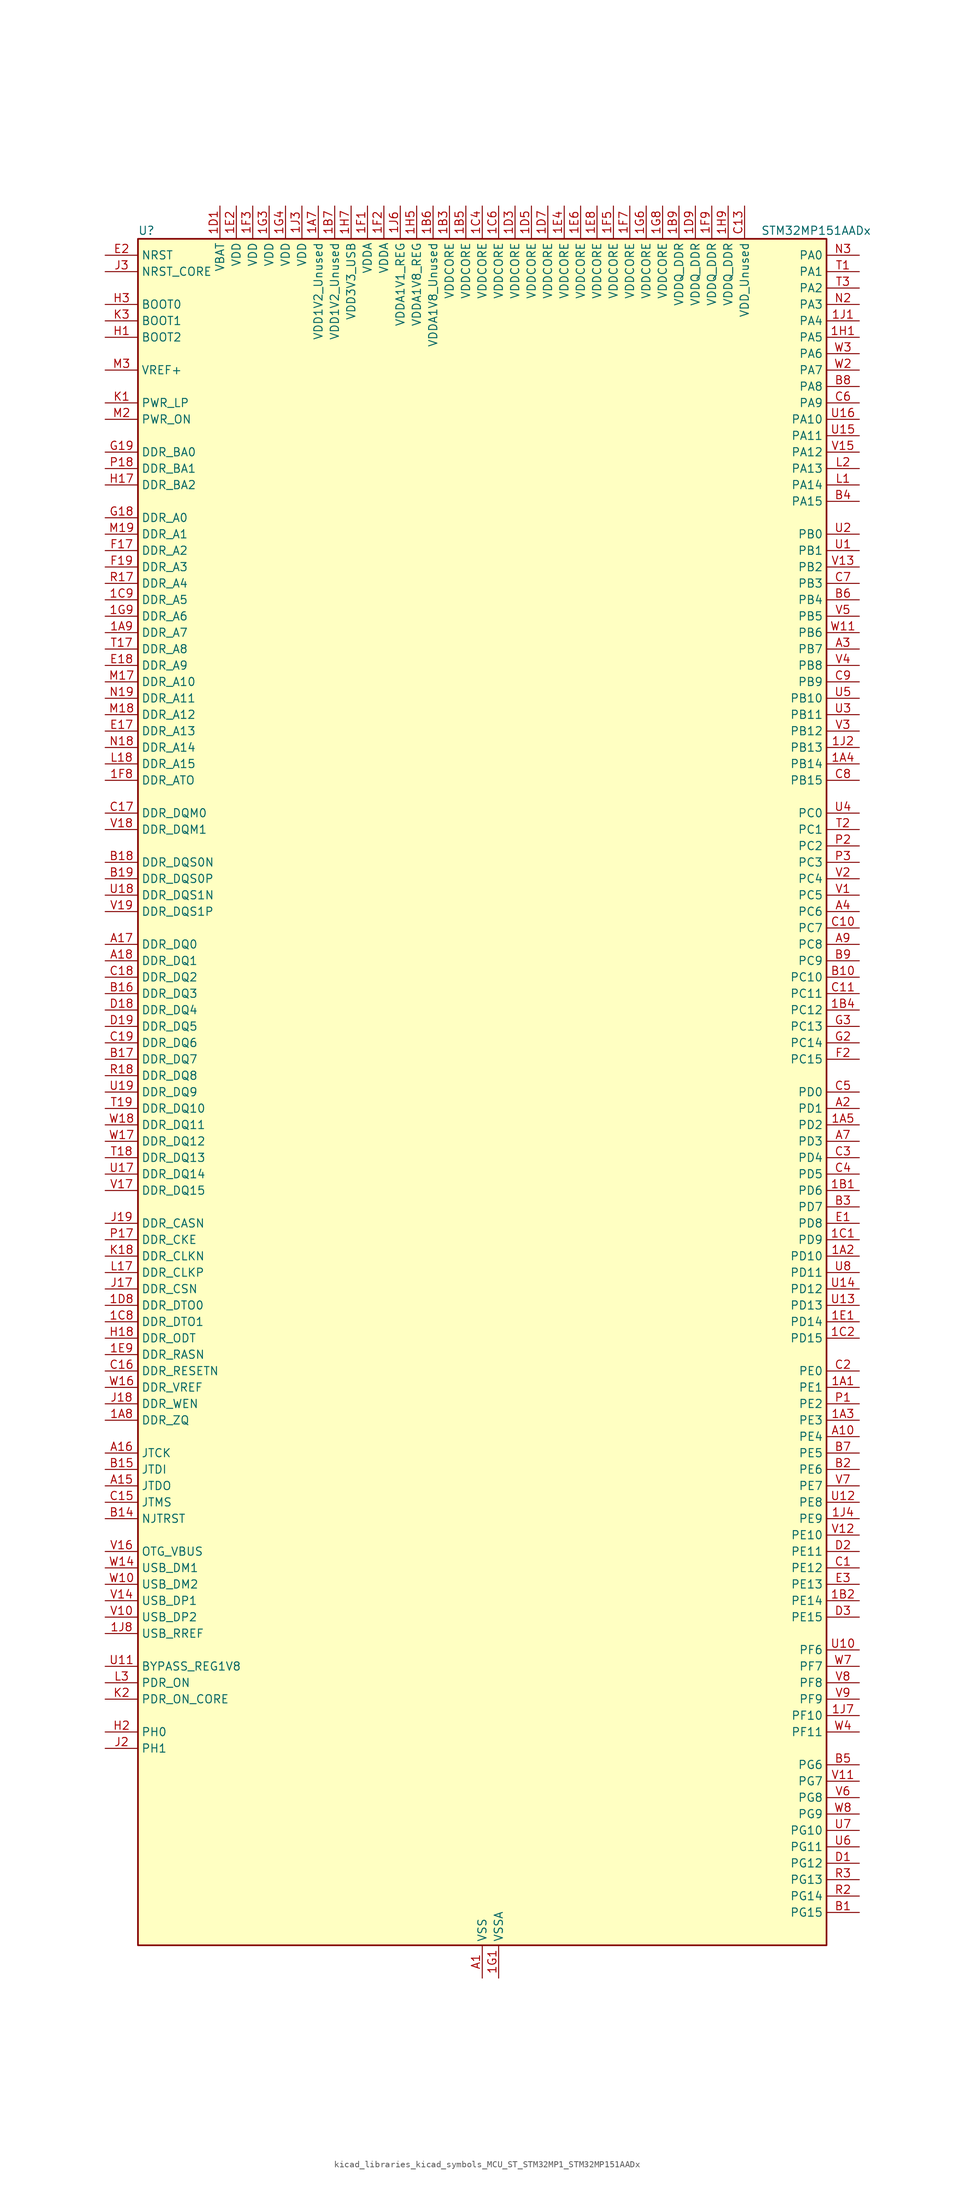
<source format=kicad_sym>
(kicad_symbol_lib
  (version 20220914)
  (generator kicad_symbol_editor)
  (symbol "kicad_libraries_kicad_symbols_MCU_ST_STM32MP1_STM32MP151AADx"
    (property "Reference" "U"
      (at -53.34 133.35 0)
      (effects (font (size 1.27 1.27)) (justify left)))
    (property "Value" "STM32MP151AADx"
      (at 43.18 133.35 0)
      (effects (font (size 1.27 1.27)) (justify left)))
    (property "ki_locked" ""
      (at 0 0 0)
      (effects (font (size 1.27 1.27))))
    (symbol "kicad_libraries_kicad_symbols_MCU_ST_STM32MP1_STM32MP151AADx_0_1"
      (rectangle (start -53.34 -132.08) (end 53.34 132.08) (stroke (width 0.254) (type default)) (fill (type background))))
    (symbol "kicad_libraries_kicad_symbols_MCU_ST_STM32MP1_STM32MP151AADx_1_1"
      (pin bidirectional line (at 58.42 -45.72 180) (length 5.08) (name "PE1" (effects (font (size 1.27 1.27)))) (number "1A1" (effects (font (size 1.27 1.27)))) (alternate "DCMI_D3" bidirectional line) (alternate "FMC_NBL1" bidirectional line) (alternate "I2S2_MCK" bidirectional line) (alternate "LPTIM1_IN2" bidirectional line) (alternate "SAI3_SD_B" bidirectional line) (alternate "UART8_TX" bidirectional line))
      (pin bidirectional line (at 58.42 -25.4 180) (length 5.08) (name "PD10" (effects (font (size 1.27 1.27)))) (number "1A2" (effects (font (size 1.27 1.27)))) (alternate "DFSDM1_CKOUT" bidirectional line) (alternate "FMC_D15" bidirectional line) (alternate "FMC_DA15" bidirectional line) (alternate "I2C5_SMBA" bidirectional line) (alternate "I2S3_SDI" bidirectional line) (alternate "LTDC_B3" bidirectional line) (alternate "RTC_REFIN" bidirectional line) (alternate "SAI3_FS_B" bidirectional line) (alternate "SPI3_MISO" bidirectional line) (alternate "TIM16_BKIN" bidirectional line) (alternate "USART3_CK" bidirectional line))
      (pin bidirectional line (at 58.42 -50.8 180) (length 5.08) (name "PE3" (effects (font (size 1.27 1.27)))) (number "1A3" (effects (font (size 1.27 1.27)))) (alternate "DEBUG_TRACED0" bidirectional line) (alternate "FMC_A19" bidirectional line) (alternate "SAI1_SD_B" bidirectional line) (alternate "SDMMC2_CK" bidirectional line) (alternate "TIM15_BKIN" bidirectional line))
      (pin bidirectional line (at 58.42 50.8 180) (length 5.08) (name "PB14" (effects (font (size 1.27 1.27)))) (number "1A4" (effects (font (size 1.27 1.27)))) (alternate "DFSDM1_DATIN2" bidirectional line) (alternate "I2S2_SDI" bidirectional line) (alternate "SDMMC2_D0" bidirectional line) (alternate "SPI2_MISO" bidirectional line) (alternate "TIM12_CH1" bidirectional line) (alternate "TIM1_CH2N" bidirectional line) (alternate "TIM8_CH2N" bidirectional line) (alternate "USART1_TX" bidirectional line) (alternate "USART3_DE" bidirectional line) (alternate "USART3_RTS" bidirectional line))
      (pin bidirectional line (at 58.42 -5.08 180) (length 5.08) (name "PD2" (effects (font (size 1.27 1.27)))) (number "1A5" (effects (font (size 1.27 1.27)))) (alternate "DCMI_D11" bidirectional line) (alternate "I2C5_SMBA" bidirectional line) (alternate "SDMMC1_CMD" bidirectional line) (alternate "TIM3_ETR" bidirectional line) (alternate "UART4_RX" bidirectional line) (alternate "UART5_RX" bidirectional line))
      (pin passive line (at 0 -137.16 90) (length 5.08) hide (name "VSS" (effects (font (size 1.27 1.27)))) (number "1A6" (effects (font (size 1.27 1.27)))))
      (pin power_in line (at -25.4 137.16 270) (length 5.08) (name "VDD1V2_Unused" (effects (font (size 1.27 1.27)))) (number "1A7" (effects (font (size 1.27 1.27)))))
      (pin bidirectional line (at -58.42 -50.8 0) (length 5.08) (name "DDR_ZQ" (effects (font (size 1.27 1.27)))) (number "1A8" (effects (font (size 1.27 1.27)))) (alternate "DDR_ZQ" bidirectional line))
      (pin bidirectional line (at -58.42 71.12 0) (length 5.08) (name "DDR_A7" (effects (font (size 1.27 1.27)))) (number "1A9" (effects (font (size 1.27 1.27)))) (alternate "DDR_A7" bidirectional line))
      (pin bidirectional line (at 58.42 -15.24 180) (length 5.08) (name "PD6" (effects (font (size 1.27 1.27)))) (number "1B1" (effects (font (size 1.27 1.27)))) (alternate "DCMI_D10" bidirectional line) (alternate "DFSDM1_CKIN4" bidirectional line) (alternate "DFSDM1_DATIN1" bidirectional line) (alternate "FMC_NWAIT" bidirectional line) (alternate "I2S3_SDO" bidirectional line) (alternate "LTDC_B2" bidirectional line) (alternate "SAI1_D1" bidirectional line) (alternate "SAI1_SD_A" bidirectional line) (alternate "SPI3_MOSI" bidirectional line) (alternate "TIM16_CH1N" bidirectional line) (alternate "USART2_RX" bidirectional line))
      (pin bidirectional line (at 58.42 -78.74 180) (length 5.08) (name "PE14" (effects (font (size 1.27 1.27)))) (number "1B2" (effects (font (size 1.27 1.27)))) (alternate "FMC_D11" bidirectional line) (alternate "FMC_DA11" bidirectional line) (alternate "LTDC_CLK" bidirectional line) (alternate "LTDC_G0" bidirectional line) (alternate "SAI2_MCLK_B" bidirectional line) (alternate "SDMMC1_D123DIR" bidirectional line) (alternate "SPI4_MOSI" bidirectional line) (alternate "TIM1_CH4" bidirectional line) (alternate "UART8_DE" bidirectional line) (alternate "UART8_RTS" bidirectional line))
      (pin power_in line (at -5.08 137.16 270) (length 5.08) (name "VDDCORE" (effects (font (size 1.27 1.27)))) (number "1B3" (effects (font (size 1.27 1.27)))))
      (pin bidirectional line (at 58.42 12.7 180) (length 5.08) (name "PC12" (effects (font (size 1.27 1.27)))) (number "1B4" (effects (font (size 1.27 1.27)))) (alternate "DCMI_D9" bidirectional line) (alternate "DEBUG_TRACECLK" bidirectional line) (alternate "I2S3_SDO" bidirectional line) (alternate "RCC_MCO_2" bidirectional line) (alternate "SAI4_D3" bidirectional line) (alternate "SAI4_SD_B" bidirectional line) (alternate "SDMMC1_CK" bidirectional line) (alternate "SPI3_MOSI" bidirectional line) (alternate "UART5_TX" bidirectional line) (alternate "USART3_CK" bidirectional line))
      (pin power_in line (at -2.54 137.16 270) (length 5.08) (name "VDDCORE" (effects (font (size 1.27 1.27)))) (number "1B5" (effects (font (size 1.27 1.27)))))
      (pin power_in line (at -7.62 137.16 270) (length 5.08) (name "VDDA1V8_Unused" (effects (font (size 1.27 1.27)))) (number "1B6" (effects (font (size 1.27 1.27)))))
      (pin power_in line (at -22.86 137.16 270) (length 5.08) (name "VDD1V2_Unused" (effects (font (size 1.27 1.27)))) (number "1B7" (effects (font (size 1.27 1.27)))))
      (pin passive line (at 0 -137.16 90) (length 5.08) hide (name "VSS" (effects (font (size 1.27 1.27)))) (number "1B8" (effects (font (size 1.27 1.27)))))
      (pin power_in line (at 30.48 137.16 270) (length 5.08) (name "VDDQ_DDR" (effects (font (size 1.27 1.27)))) (number "1B9" (effects (font (size 1.27 1.27)))))
      (pin bidirectional line (at 58.42 -22.86 180) (length 5.08) (name "PD9" (effects (font (size 1.27 1.27)))) (number "1C1" (effects (font (size 1.27 1.27)))) (alternate "DAC1_EXTI9" bidirectional line) (alternate "DCMI_HSYNC" bidirectional line) (alternate "DFSDM1_DATIN3" bidirectional line) (alternate "FMC_D14" bidirectional line) (alternate "FMC_DA14" bidirectional line) (alternate "LTDC_B0" bidirectional line) (alternate "SAI3_SD_B" bidirectional line) (alternate "USART3_RX" bidirectional line))
      (pin bidirectional line (at 58.42 -38.1 180) (length 5.08) (name "PD15" (effects (font (size 1.27 1.27)))) (number "1C2" (effects (font (size 1.27 1.27)))) (alternate "ADC1_EXTI15" bidirectional line) (alternate "ADC2_EXTI15" bidirectional line) (alternate "FMC_D1" bidirectional line) (alternate "FMC_DA1" bidirectional line) (alternate "LTDC_R1" bidirectional line) (alternate "SAI3_MCLK_A" bidirectional line) (alternate "TIM4_CH4" bidirectional line) (alternate "UART8_CTS" bidirectional line))
      (pin passive line (at 0 -137.16 90) (length 5.08) hide (name "VSS" (effects (font (size 1.27 1.27)))) (number "1C3" (effects (font (size 1.27 1.27)))))
      (pin power_in line (at 0 137.16 270) (length 5.08) (name "VDDCORE" (effects (font (size 1.27 1.27)))) (number "1C4" (effects (font (size 1.27 1.27)))))
      (pin passive line (at 0 -137.16 90) (length 5.08) hide (name "VSS" (effects (font (size 1.27 1.27)))) (number "1C5" (effects (font (size 1.27 1.27)))))
      (pin power_in line (at 2.54 137.16 270) (length 5.08) (name "VDDCORE" (effects (font (size 1.27 1.27)))) (number "1C6" (effects (font (size 1.27 1.27)))))
      (pin passive line (at 0 -137.16 90) (length 5.08) hide (name "VSS" (effects (font (size 1.27 1.27)))) (number "1C7" (effects (font (size 1.27 1.27)))))
      (pin bidirectional line (at -58.42 -35.56 0) (length 5.08) (name "DDR_DTO1" (effects (font (size 1.27 1.27)))) (number "1C8" (effects (font (size 1.27 1.27)))) (alternate "DDR_DTO1" bidirectional line))
      (pin bidirectional line (at -58.42 76.2 0) (length 5.08) (name "DDR_A5" (effects (font (size 1.27 1.27)))) (number "1C9" (effects (font (size 1.27 1.27)))) (alternate "DDR_A5" bidirectional line))
      (pin power_in line (at -40.64 137.16 270) (length 5.08) (name "VBAT" (effects (font (size 1.27 1.27)))) (number "1D1" (effects (font (size 1.27 1.27)))))
      (pin passive line (at 0 -137.16 90) (length 5.08) hide (name "VSS" (effects (font (size 1.27 1.27)))) (number "1D2" (effects (font (size 1.27 1.27)))))
      (pin power_in line (at 5.08 137.16 270) (length 5.08) (name "VDDCORE" (effects (font (size 1.27 1.27)))) (number "1D3" (effects (font (size 1.27 1.27)))))
      (pin passive line (at 0 -137.16 90) (length 5.08) hide (name "VSS" (effects (font (size 1.27 1.27)))) (number "1D4" (effects (font (size 1.27 1.27)))))
      (pin power_in line (at 7.62 137.16 270) (length 5.08) (name "VDDCORE" (effects (font (size 1.27 1.27)))) (number "1D5" (effects (font (size 1.27 1.27)))))
      (pin passive line (at 0 -137.16 90) (length 5.08) hide (name "VSS" (effects (font (size 1.27 1.27)))) (number "1D6" (effects (font (size 1.27 1.27)))))
      (pin power_in line (at 10.16 137.16 270) (length 5.08) (name "VDDCORE" (effects (font (size 1.27 1.27)))) (number "1D7" (effects (font (size 1.27 1.27)))))
      (pin bidirectional line (at -58.42 -33.02 0) (length 5.08) (name "DDR_DTO0" (effects (font (size 1.27 1.27)))) (number "1D8" (effects (font (size 1.27 1.27)))) (alternate "DDR_DTO0" bidirectional line))
      (pin power_in line (at 33.02 137.16 270) (length 5.08) (name "VDDQ_DDR" (effects (font (size 1.27 1.27)))) (number "1D9" (effects (font (size 1.27 1.27)))))
      (pin bidirectional line (at 58.42 -35.56 180) (length 5.08) (name "PD14" (effects (font (size 1.27 1.27)))) (number "1E1" (effects (font (size 1.27 1.27)))) (alternate "FMC_D0" bidirectional line) (alternate "FMC_DA0" bidirectional line) (alternate "SAI3_MCLK_B" bidirectional line) (alternate "TIM4_CH3" bidirectional line) (alternate "UART8_CTS" bidirectional line))
      (pin power_in line (at -38.1 137.16 270) (length 5.08) (name "VDD" (effects (font (size 1.27 1.27)))) (number "1E2" (effects (font (size 1.27 1.27)))))
      (pin passive line (at 0 -137.16 90) (length 5.08) hide (name "VSS" (effects (font (size 1.27 1.27)))) (number "1E3" (effects (font (size 1.27 1.27)))))
      (pin power_in line (at 12.7 137.16 270) (length 5.08) (name "VDDCORE" (effects (font (size 1.27 1.27)))) (number "1E4" (effects (font (size 1.27 1.27)))))
      (pin passive line (at 0 -137.16 90) (length 5.08) hide (name "VSS" (effects (font (size 1.27 1.27)))) (number "1E5" (effects (font (size 1.27 1.27)))))
      (pin power_in line (at 15.24 137.16 270) (length 5.08) (name "VDDCORE" (effects (font (size 1.27 1.27)))) (number "1E6" (effects (font (size 1.27 1.27)))))
      (pin passive line (at 0 -137.16 90) (length 5.08) hide (name "VSS" (effects (font (size 1.27 1.27)))) (number "1E7" (effects (font (size 1.27 1.27)))))
      (pin power_in line (at 17.78 137.16 270) (length 5.08) (name "VDDCORE" (effects (font (size 1.27 1.27)))) (number "1E8" (effects (font (size 1.27 1.27)))))
      (pin bidirectional line (at -58.42 -40.64 0) (length 5.08) (name "DDR_RASN" (effects (font (size 1.27 1.27)))) (number "1E9" (effects (font (size 1.27 1.27)))) (alternate "DDR_RASN" bidirectional line))
      (pin power_in line (at -17.78 137.16 270) (length 5.08) (name "VDDA" (effects (font (size 1.27 1.27)))) (number "1F1" (effects (font (size 1.27 1.27)))))
      (pin power_in line (at -15.24 137.16 270) (length 5.08) (name "VDDA" (effects (font (size 1.27 1.27)))) (number "1F2" (effects (font (size 1.27 1.27)))))
      (pin power_in line (at -35.56 137.16 270) (length 5.08) (name "VDD" (effects (font (size 1.27 1.27)))) (number "1F3" (effects (font (size 1.27 1.27)))))
      (pin passive line (at 0 -137.16 90) (length 5.08) hide (name "VSS" (effects (font (size 1.27 1.27)))) (number "1F4" (effects (font (size 1.27 1.27)))))
      (pin power_in line (at 20.32 137.16 270) (length 5.08) (name "VDDCORE" (effects (font (size 1.27 1.27)))) (number "1F5" (effects (font (size 1.27 1.27)))))
      (pin passive line (at 0 -137.16 90) (length 5.08) hide (name "VSS" (effects (font (size 1.27 1.27)))) (number "1F6" (effects (font (size 1.27 1.27)))))
      (pin power_in line (at 22.86 137.16 270) (length 5.08) (name "VDDCORE" (effects (font (size 1.27 1.27)))) (number "1F7" (effects (font (size 1.27 1.27)))))
      (pin bidirectional line (at -58.42 48.26 0) (length 5.08) (name "DDR_ATO" (effects (font (size 1.27 1.27)))) (number "1F8" (effects (font (size 1.27 1.27)))) (alternate "DDR_ATO" bidirectional line))
      (pin power_in line (at 35.56 137.16 270) (length 5.08) (name "VDDQ_DDR" (effects (font (size 1.27 1.27)))) (number "1F9" (effects (font (size 1.27 1.27)))))
      (pin power_in line (at 2.54 -137.16 90) (length 5.08) (name "VSSA" (effects (font (size 1.27 1.27)))) (number "1G1" (effects (font (size 1.27 1.27)))))
      (pin passive line (at 0 -137.16 90) (length 5.08) hide (name "VSS" (effects (font (size 1.27 1.27)))) (number "1G2" (effects (font (size 1.27 1.27)))))
      (pin power_in line (at -33.02 137.16 270) (length 5.08) (name "VDD" (effects (font (size 1.27 1.27)))) (number "1G3" (effects (font (size 1.27 1.27)))))
      (pin power_in line (at -30.48 137.16 270) (length 5.08) (name "VDD" (effects (font (size 1.27 1.27)))) (number "1G4" (effects (font (size 1.27 1.27)))))
      (pin passive line (at 0 -137.16 90) (length 5.08) hide (name "VSS" (effects (font (size 1.27 1.27)))) (number "1G5" (effects (font (size 1.27 1.27)))))
      (pin power_in line (at 25.4 137.16 270) (length 5.08) (name "VDDCORE" (effects (font (size 1.27 1.27)))) (number "1G6" (effects (font (size 1.27 1.27)))))
      (pin passive line (at 0 -137.16 90) (length 5.08) hide (name "VSS" (effects (font (size 1.27 1.27)))) (number "1G7" (effects (font (size 1.27 1.27)))))
      (pin power_in line (at 27.94 137.16 270) (length 5.08) (name "VDDCORE" (effects (font (size 1.27 1.27)))) (number "1G8" (effects (font (size 1.27 1.27)))))
      (pin bidirectional line (at -58.42 73.66 0) (length 5.08) (name "DDR_A6" (effects (font (size 1.27 1.27)))) (number "1G9" (effects (font (size 1.27 1.27)))) (alternate "DDR_A6" bidirectional line))
      (pin bidirectional line (at 58.42 116.84 180) (length 5.08) (name "PA5" (effects (font (size 1.27 1.27)))) (number "1H1" (effects (font (size 1.27 1.27)))) (alternate "ADC1_INN18" bidirectional line) (alternate "ADC1_INP19" bidirectional line) (alternate "ADC2_INN18" bidirectional line) (alternate "ADC2_INP19" bidirectional line) (alternate "DAC1_OUT2" bidirectional line) (alternate "I2S1_CK" bidirectional line) (alternate "LTDC_R4" bidirectional line) (alternate "SAI4_CK1" bidirectional line) (alternate "SAI4_MCLK_A" bidirectional line) (alternate "SPI1_SCK" bidirectional line) (alternate "SPI6_SCK" bidirectional line) (alternate "TIM2_CH1" bidirectional line) (alternate "TIM2_ETR" bidirectional line) (alternate "TIM8_CH1N" bidirectional line))
      (pin passive line (at 0 -137.16 90) (length 5.08) hide (name "VSS" (effects (font (size 1.27 1.27)))) (number "1H2" (effects (font (size 1.27 1.27)))))
      (pin passive line (at 0 -137.16 90) (length 5.08) hide (name "VSS" (effects (font (size 1.27 1.27)))) (number "1H3" (effects (font (size 1.27 1.27)))))
      (pin passive line (at 0 -137.16 90) (length 5.08) hide (name "VSS" (effects (font (size 1.27 1.27)))) (number "1H4" (effects (font (size 1.27 1.27)))))
      (pin power_in line (at -10.16 137.16 270) (length 5.08) (name "VDDA1V8_REG" (effects (font (size 1.27 1.27)))) (number "1H5" (effects (font (size 1.27 1.27)))))
      (pin passive line (at 0 -137.16 90) (length 5.08) hide (name "VSS" (effects (font (size 1.27 1.27)))) (number "1H6" (effects (font (size 1.27 1.27)))))
      (pin power_in line (at -20.32 137.16 270) (length 5.08) (name "VDD3V3_USB" (effects (font (size 1.27 1.27)))) (number "1H7" (effects (font (size 1.27 1.27)))))
      (pin passive line (at 0 -137.16 90) (length 5.08) hide (name "VSS" (effects (font (size 1.27 1.27)))) (number "1H8" (effects (font (size 1.27 1.27)))))
      (pin power_in line (at 38.1 137.16 270) (length 5.08) (name "VDDQ_DDR" (effects (font (size 1.27 1.27)))) (number "1H9" (effects (font (size 1.27 1.27)))))
      (pin bidirectional line (at 58.42 119.38 180) (length 5.08) (name "PA4" (effects (font (size 1.27 1.27)))) (number "1J1" (effects (font (size 1.27 1.27)))) (alternate "ADC1_INP18" bidirectional line) (alternate "ADC2_INP18" bidirectional line) (alternate "DAC1_OUT1" bidirectional line) (alternate "DCMI_HSYNC" bidirectional line) (alternate "HDP_HDP0" bidirectional line) (alternate "I2S1_WS" bidirectional line) (alternate "I2S3_WS" bidirectional line) (alternate "LTDC_VSYNC" bidirectional line) (alternate "SAI4_D2" bidirectional line) (alternate "SAI4_FS_A" bidirectional line) (alternate "SPI1_NSS" bidirectional line) (alternate "SPI3_NSS" bidirectional line) (alternate "SPI6_NSS" bidirectional line) (alternate "TIM5_ETR" bidirectional line) (alternate "USART2_CK" bidirectional line))
      (pin bidirectional line (at 58.42 53.34 180) (length 5.08) (name "PB13" (effects (font (size 1.27 1.27)))) (number "1J2" (effects (font (size 1.27 1.27)))) (alternate "DFSDM1_CKIN1" bidirectional line) (alternate "DFSDM1_CKOUT" bidirectional line) (alternate "ETH1_TXD1" bidirectional line) (alternate "I2S2_CK" bidirectional line) (alternate "LPTIM2_OUT" bidirectional line) (alternate "SPI2_SCK" bidirectional line) (alternate "TIM1_CH1N" bidirectional line) (alternate "UART5_TX" bidirectional line) (alternate "USART3_CTS" bidirectional line) (alternate "USART3_NSS" bidirectional line))
      (pin power_in line (at -27.94 137.16 270) (length 5.08) (name "VDD" (effects (font (size 1.27 1.27)))) (number "1J3" (effects (font (size 1.27 1.27)))))
      (pin bidirectional line (at 58.42 -66.04 180) (length 5.08) (name "PE9" (effects (font (size 1.27 1.27)))) (number "1J4" (effects (font (size 1.27 1.27)))) (alternate "DAC1_EXTI9" bidirectional line) (alternate "DFSDM1_CKOUT" bidirectional line) (alternate "FMC_D6" bidirectional line) (alternate "FMC_DA6" bidirectional line) (alternate "QUADSPI_BK2_IO2" bidirectional line) (alternate "TIM1_CH1" bidirectional line) (alternate "UART7_DE" bidirectional line) (alternate "UART7_RTS" bidirectional line))
      (pin passive line (at 0 -137.16 90) (length 5.08) hide (name "VSS" (effects (font (size 1.27 1.27)))) (number "1J5" (effects (font (size 1.27 1.27)))))
      (pin power_in line (at -12.7 137.16 270) (length 5.08) (name "VDDA1V1_REG" (effects (font (size 1.27 1.27)))) (number "1J6" (effects (font (size 1.27 1.27)))))
      (pin bidirectional line (at 58.42 -96.52 180) (length 5.08) (name "PF10" (effects (font (size 1.27 1.27)))) (number "1J7" (effects (font (size 1.27 1.27)))) (alternate "DCMI_D11" bidirectional line) (alternate "LTDC_DE" bidirectional line) (alternate "QUADSPI_CLK" bidirectional line) (alternate "SAI1_D3" bidirectional line) (alternate "SAI1_D4" bidirectional line) (alternate "SAI4_D3" bidirectional line) (alternate "SAI4_D4" bidirectional line) (alternate "TIM16_BKIN" bidirectional line))
      (pin bidirectional line (at -58.42 -83.82 0) (length 5.08) (name "USB_RREF" (effects (font (size 1.27 1.27)))) (number "1J8" (effects (font (size 1.27 1.27)))))
      (pin passive line (at 0 -137.16 90) (length 5.08) hide (name "VSS" (effects (font (size 1.27 1.27)))) (number "1J9" (effects (font (size 1.27 1.27)))))
      (pin power_in line (at 0 -137.16 90) (length 5.08) (name "VSS" (effects (font (size 1.27 1.27)))) (number "A1" (effects (font (size 1.27 1.27)))))
      (pin bidirectional line (at 58.42 -53.34 180) (length 5.08) (name "PE4" (effects (font (size 1.27 1.27)))) (number "A10" (effects (font (size 1.27 1.27)))) (alternate "DCMI_D4" bidirectional line) (alternate "DEBUG_TRACED1" bidirectional line) (alternate "DFSDM1_DATIN3" bidirectional line) (alternate "FMC_A20" bidirectional line) (alternate "LTDC_B0" bidirectional line) (alternate "SAI1_D2" bidirectional line) (alternate "SAI1_FS_A" bidirectional line) (alternate "SDMMC1_CKIN" bidirectional line) (alternate "SDMMC1_D4" bidirectional line) (alternate "SDMMC2_CKIN" bidirectional line) (alternate "SDMMC2_D4" bidirectional line) (alternate "SPI4_NSS" bidirectional line) (alternate "TIM15_CH1N" bidirectional line))
      (pin no_connect line (at -53.34 -132.08 0) (length 5.08) hide (name "DNU" (effects (font (size 1.27 1.27)))) (number "A12" (effects (font (size 1.27 1.27)))))
      (pin no_connect line (at -53.34 -129.54 0) (length 5.08) hide (name "DNU" (effects (font (size 1.27 1.27)))) (number "A13" (effects (font (size 1.27 1.27)))))
      (pin bidirectional line (at -58.42 -60.96 0) (length 5.08) (name "JTDO" (effects (font (size 1.27 1.27)))) (number "A15" (effects (font (size 1.27 1.27)))) (alternate "DEBUG_JTDO-SWO" bidirectional line))
      (pin bidirectional line (at -58.42 -55.88 0) (length 5.08) (name "JTCK" (effects (font (size 1.27 1.27)))) (number "A16" (effects (font (size 1.27 1.27)))) (alternate "DEBUG_JTCK-SWCLK" bidirectional line))
      (pin bidirectional line (at -58.42 22.86 0) (length 5.08) (name "DDR_DQ0" (effects (font (size 1.27 1.27)))) (number "A17" (effects (font (size 1.27 1.27)))) (alternate "DDR_DQ0" bidirectional line))
      (pin bidirectional line (at -58.42 20.32 0) (length 5.08) (name "DDR_DQ1" (effects (font (size 1.27 1.27)))) (number "A18" (effects (font (size 1.27 1.27)))) (alternate "DDR_DQ1" bidirectional line))
      (pin passive line (at 0 -137.16 90) (length 5.08) hide (name "VSS" (effects (font (size 1.27 1.27)))) (number "A19" (effects (font (size 1.27 1.27)))))
      (pin bidirectional line (at 58.42 -2.54 180) (length 5.08) (name "PD1" (effects (font (size 1.27 1.27)))) (number "A2" (effects (font (size 1.27 1.27)))) (alternate "DFSDM1_CKIN7" bidirectional line) (alternate "DFSDM1_DATIN6" bidirectional line) (alternate "FMC_D3" bidirectional line) (alternate "FMC_DA3" bidirectional line) (alternate "I2C5_SCL" bidirectional line) (alternate "I2C6_SCL" bidirectional line) (alternate "SAI3_SD_A" bidirectional line) (alternate "SDMMC3_D0" bidirectional line) (alternate "UART4_TX" bidirectional line))
      (pin bidirectional line (at 58.42 68.58 180) (length 5.08) (name "PB7" (effects (font (size 1.27 1.27)))) (number "A3" (effects (font (size 1.27 1.27)))) (alternate "DCMI_VSYNC" bidirectional line) (alternate "DFSDM1_CKIN5" bidirectional line) (alternate "FMC_NL" bidirectional line) (alternate "I2C1_SDA" bidirectional line) (alternate "I2C4_SDA" bidirectional line) (alternate "SDMMC2_D1" bidirectional line) (alternate "TIM17_CH1N" bidirectional line) (alternate "TIM4_CH2" bidirectional line) (alternate "USART1_RX" bidirectional line))
      (pin bidirectional line (at 58.42 27.94 180) (length 5.08) (name "PC6" (effects (font (size 1.27 1.27)))) (number "A4" (effects (font (size 1.27 1.27)))) (alternate "DCMI_D0" bidirectional line) (alternate "DFSDM1_CKIN3" bidirectional line) (alternate "HDP_HDP1" bidirectional line) (alternate "I2S2_MCK" bidirectional line) (alternate "LTDC_HSYNC" bidirectional line) (alternate "SDMMC1_D0DIR" bidirectional line) (alternate "SDMMC1_D6" bidirectional line) (alternate "SDMMC2_D0DIR" bidirectional line) (alternate "SDMMC2_D6" bidirectional line) (alternate "TIM3_CH1" bidirectional line) (alternate "TIM8_CH1" bidirectional line) (alternate "USART6_TX" bidirectional line))
      (pin passive line (at 0 -137.16 90) (length 5.08) hide (name "VSS" (effects (font (size 1.27 1.27)))) (number "A6" (effects (font (size 1.27 1.27)))))
      (pin bidirectional line (at 58.42 -7.62 180) (length 5.08) (name "PD3" (effects (font (size 1.27 1.27)))) (number "A7" (effects (font (size 1.27 1.27)))) (alternate "DCMI_D5" bidirectional line) (alternate "DFSDM1_CKOUT" bidirectional line) (alternate "DFSDM1_DATIN0" bidirectional line) (alternate "FMC_CLK" bidirectional line) (alternate "HDP_HDP5" bidirectional line) (alternate "I2S2_CK" bidirectional line) (alternate "LTDC_G7" bidirectional line) (alternate "SDMMC1_D123DIR" bidirectional line) (alternate "SDMMC1_D7" bidirectional line) (alternate "SDMMC2_D123DIR" bidirectional line) (alternate "SDMMC2_D7" bidirectional line) (alternate "SPI2_SCK" bidirectional line) (alternate "USART2_CTS" bidirectional line) (alternate "USART2_NSS" bidirectional line))
      (pin bidirectional line (at 58.42 22.86 180) (length 5.08) (name "PC8" (effects (font (size 1.27 1.27)))) (number "A9" (effects (font (size 1.27 1.27)))) (alternate "DCMI_D2" bidirectional line) (alternate "DEBUG_TRACED0" bidirectional line) (alternate "SDMMC1_D0" bidirectional line) (alternate "TIM3_CH3" bidirectional line) (alternate "TIM8_CH3" bidirectional line) (alternate "UART4_TX" bidirectional line) (alternate "UART5_DE" bidirectional line) (alternate "UART5_RTS" bidirectional line) (alternate "USART6_CK" bidirectional line))
      (pin bidirectional line (at 58.42 -127 180) (length 5.08) (name "PG15" (effects (font (size 1.27 1.27)))) (number "B1" (effects (font (size 1.27 1.27)))) (alternate "ADC1_EXTI15" bidirectional line) (alternate "ADC2_EXTI15" bidirectional line) (alternate "DCMI_D13" bidirectional line) (alternate "DEBUG_TRACED7" bidirectional line) (alternate "I2C2_SDA" bidirectional line) (alternate "SAI1_D2" bidirectional line) (alternate "SAI1_FS_A" bidirectional line) (alternate "SDMMC3_CK" bidirectional line) (alternate "USART6_CTS" bidirectional line) (alternate "USART6_NSS" bidirectional line))
      (pin bidirectional line (at 58.42 17.78 180) (length 5.08) (name "PC10" (effects (font (size 1.27 1.27)))) (number "B10" (effects (font (size 1.27 1.27)))) (alternate "DCMI_D8" bidirectional line) (alternate "DEBUG_TRACED2" bidirectional line) (alternate "DFSDM1_CKIN5" bidirectional line) (alternate "I2S3_CK" bidirectional line) (alternate "LTDC_R2" bidirectional line) (alternate "QUADSPI_BK1_IO1" bidirectional line) (alternate "SAI4_MCLK_B" bidirectional line) (alternate "SDMMC1_D2" bidirectional line) (alternate "SPI3_SCK" bidirectional line) (alternate "UART4_TX" bidirectional line) (alternate "USART3_TX" bidirectional line))
      (pin no_connect line (at -53.34 -127 0) (length 5.08) hide (name "DNU" (effects (font (size 1.27 1.27)))) (number "B11" (effects (font (size 1.27 1.27)))))
      (pin no_connect line (at -53.34 -124.46 0) (length 5.08) hide (name "DNU" (effects (font (size 1.27 1.27)))) (number "B12" (effects (font (size 1.27 1.27)))))
      (pin no_connect line (at -53.34 -121.92 0) (length 5.08) hide (name "DNU" (effects (font (size 1.27 1.27)))) (number "B13" (effects (font (size 1.27 1.27)))))
      (pin bidirectional line (at -58.42 -66.04 0) (length 5.08) (name "NJTRST" (effects (font (size 1.27 1.27)))) (number "B14" (effects (font (size 1.27 1.27)))) (alternate "DEBUG_JTRST" bidirectional line))
      (pin bidirectional line (at -58.42 -58.42 0) (length 5.08) (name "JTDI" (effects (font (size 1.27 1.27)))) (number "B15" (effects (font (size 1.27 1.27)))) (alternate "DEBUG_JTDI" bidirectional line))
      (pin bidirectional line (at -58.42 15.24 0) (length 5.08) (name "DDR_DQ3" (effects (font (size 1.27 1.27)))) (number "B16" (effects (font (size 1.27 1.27)))) (alternate "DDR_DQ3" bidirectional line))
      (pin bidirectional line (at -58.42 5.08 0) (length 5.08) (name "DDR_DQ7" (effects (font (size 1.27 1.27)))) (number "B17" (effects (font (size 1.27 1.27)))) (alternate "DDR_DQ7" bidirectional line))
      (pin bidirectional line (at -58.42 35.56 0) (length 5.08) (name "DDR_DQS0N" (effects (font (size 1.27 1.27)))) (number "B18" (effects (font (size 1.27 1.27)))) (alternate "DDR_DQS0N" bidirectional line))
      (pin bidirectional line (at -58.42 33.02 0) (length 5.08) (name "DDR_DQS0P" (effects (font (size 1.27 1.27)))) (number "B19" (effects (font (size 1.27 1.27)))) (alternate "DDR_DQS0P" bidirectional line))
      (pin bidirectional line (at 58.42 -58.42 180) (length 5.08) (name "PE6" (effects (font (size 1.27 1.27)))) (number "B2" (effects (font (size 1.27 1.27)))) (alternate "DCMI_D7" bidirectional line) (alternate "DEBUG_TRACED2" bidirectional line) (alternate "FMC_A22" bidirectional line) (alternate "LTDC_G1" bidirectional line) (alternate "SAI1_D1" bidirectional line) (alternate "SAI1_SD_A" bidirectional line) (alternate "SAI2_MCLK_B" bidirectional line) (alternate "SDMMC1_D2" bidirectional line) (alternate "SDMMC2_D0" bidirectional line) (alternate "SPI4_MOSI" bidirectional line) (alternate "TIM15_CH2" bidirectional line) (alternate "TIM1_BKIN2" bidirectional line))
      (pin bidirectional line (at 58.42 -17.78 180) (length 5.08) (name "PD7" (effects (font (size 1.27 1.27)))) (number "B3" (effects (font (size 1.27 1.27)))) (alternate "DEBUG_TRACED6" bidirectional line) (alternate "DFSDM1_CKIN1" bidirectional line) (alternate "DFSDM1_DATIN4" bidirectional line) (alternate "FMC_NE1" bidirectional line) (alternate "I2C2_SCL" bidirectional line) (alternate "SDMMC3_D3" bidirectional line) (alternate "SPDIFRX_IN0" bidirectional line) (alternate "USART2_CK" bidirectional line))
      (pin bidirectional line (at 58.42 91.44 180) (length 5.08) (name "PA15" (effects (font (size 1.27 1.27)))) (number "B4" (effects (font (size 1.27 1.27)))) (alternate "ADC1_EXTI15" bidirectional line) (alternate "ADC2_EXTI15" bidirectional line) (alternate "CEC" bidirectional line) (alternate "DEBUG_DBTRGI" bidirectional line) (alternate "I2S1_WS" bidirectional line) (alternate "I2S3_WS" bidirectional line) (alternate "LTDC_R1" bidirectional line) (alternate "SAI4_D2" bidirectional line) (alternate "SAI4_FS_A" bidirectional line) (alternate "SDMMC1_CDIR" bidirectional line) (alternate "SDMMC1_D5" bidirectional line) (alternate "SDMMC2_CDIR" bidirectional line) (alternate "SDMMC2_D5" bidirectional line) (alternate "SPI1_NSS" bidirectional line) (alternate "SPI3_NSS" bidirectional line) (alternate "SPI6_NSS" bidirectional line) (alternate "TIM2_CH1" bidirectional line) (alternate "TIM2_ETR" bidirectional line) (alternate "UART4_DE" bidirectional line) (alternate "UART4_RTS" bidirectional line) (alternate "UART7_TX" bidirectional line))
      (pin bidirectional line (at 58.42 -104.14 180) (length 5.08) (name "PG6" (effects (font (size 1.27 1.27)))) (number "B5" (effects (font (size 1.27 1.27)))) (alternate "DCMI_D12" bidirectional line) (alternate "DEBUG_TRACED14" bidirectional line) (alternate "LTDC_R7" bidirectional line) (alternate "SDMMC2_CMD" bidirectional line) (alternate "TIM17_BKIN" bidirectional line))
      (pin bidirectional line (at 58.42 76.2 180) (length 5.08) (name "PB4" (effects (font (size 1.27 1.27)))) (number "B6" (effects (font (size 1.27 1.27)))) (alternate "DEBUG_TRACED8" bidirectional line) (alternate "I2S1_SDI" bidirectional line) (alternate "I2S2_WS" bidirectional line) (alternate "I2S3_SDI" bidirectional line) (alternate "SAI4_CK2" bidirectional line) (alternate "SAI4_SCK_A" bidirectional line) (alternate "SDMMC2_D3" bidirectional line) (alternate "SPI1_MISO" bidirectional line) (alternate "SPI2_NSS" bidirectional line) (alternate "SPI3_MISO" bidirectional line) (alternate "SPI6_MISO" bidirectional line) (alternate "TIM16_BKIN" bidirectional line) (alternate "TIM3_CH1" bidirectional line) (alternate "UART7_TX" bidirectional line))
      (pin bidirectional line (at 58.42 -55.88 180) (length 5.08) (name "PE5" (effects (font (size 1.27 1.27)))) (number "B7" (effects (font (size 1.27 1.27)))) (alternate "DCMI_D6" bidirectional line) (alternate "DEBUG_TRACED3" bidirectional line) (alternate "DFSDM1_CKIN3" bidirectional line) (alternate "FMC_A21" bidirectional line) (alternate "LTDC_G0" bidirectional line) (alternate "SAI1_CK2" bidirectional line) (alternate "SAI1_SCK_A" bidirectional line) (alternate "SDMMC1_D0DIR" bidirectional line) (alternate "SDMMC1_D6" bidirectional line) (alternate "SDMMC2_D0DIR" bidirectional line) (alternate "SDMMC2_D6" bidirectional line) (alternate "SPI4_MISO" bidirectional line) (alternate "TIM15_CH1" bidirectional line))
      (pin bidirectional line (at 58.42 109.22 180) (length 5.08) (name "PA8" (effects (font (size 1.27 1.27)))) (number "B8" (effects (font (size 1.27 1.27)))) (alternate "I2C3_SCL" bidirectional line) (alternate "I2S3_SDO" bidirectional line) (alternate "LTDC_R6" bidirectional line) (alternate "RCC_MCO_1" bidirectional line) (alternate "SAI4_SD_B" bidirectional line) (alternate "SDMMC2_CKIN" bidirectional line) (alternate "SDMMC2_D4" bidirectional line) (alternate "SPI3_MOSI" bidirectional line) (alternate "TIM1_CH1" bidirectional line) (alternate "TIM8_BKIN2" bidirectional line) (alternate "UART7_RX" bidirectional line) (alternate "USART1_CK" bidirectional line) (alternate "USB_OTG_HS_SOF" bidirectional line))
      (pin bidirectional line (at 58.42 20.32 180) (length 5.08) (name "PC9" (effects (font (size 1.27 1.27)))) (number "B9" (effects (font (size 1.27 1.27)))) (alternate "DAC1_EXTI9" bidirectional line) (alternate "DCMI_D3" bidirectional line) (alternate "DEBUG_TRACED1" bidirectional line) (alternate "I2C3_SDA" bidirectional line) (alternate "I2S_CKIN" bidirectional line) (alternate "LTDC_B2" bidirectional line) (alternate "QUADSPI_BK1_IO0" bidirectional line) (alternate "SDMMC1_D1" bidirectional line) (alternate "TIM3_CH4" bidirectional line) (alternate "TIM8_CH4" bidirectional line) (alternate "UART5_CTS" bidirectional line))
      (pin bidirectional line (at 58.42 -73.66 180) (length 5.08) (name "PE12" (effects (font (size 1.27 1.27)))) (number "C1" (effects (font (size 1.27 1.27)))) (alternate "DFSDM1_DATIN5" bidirectional line) (alternate "FMC_D9" bidirectional line) (alternate "FMC_DA9" bidirectional line) (alternate "LTDC_B4" bidirectional line) (alternate "SAI2_SCK_B" bidirectional line) (alternate "SDMMC1_D0DIR" bidirectional line) (alternate "SPI4_SCK" bidirectional line) (alternate "TIM1_CH3N" bidirectional line))
      (pin bidirectional line (at 58.42 25.4 180) (length 5.08) (name "PC7" (effects (font (size 1.27 1.27)))) (number "C10" (effects (font (size 1.27 1.27)))) (alternate "DCMI_D1" bidirectional line) (alternate "DFSDM1_DATIN3" bidirectional line) (alternate "HDP_HDP4" bidirectional line) (alternate "I2S3_MCK" bidirectional line) (alternate "LTDC_G6" bidirectional line) (alternate "SDMMC1_D123DIR" bidirectional line) (alternate "SDMMC1_D7" bidirectional line) (alternate "SDMMC2_D123DIR" bidirectional line) (alternate "SDMMC2_D7" bidirectional line) (alternate "TIM3_CH2" bidirectional line) (alternate "TIM8_CH2" bidirectional line) (alternate "USART6_RX" bidirectional line))
      (pin bidirectional line (at 58.42 15.24 180) (length 5.08) (name "PC11" (effects (font (size 1.27 1.27)))) (number "C11" (effects (font (size 1.27 1.27)))) (alternate "ADC1_EXTI11" bidirectional line) (alternate "ADC2_EXTI11" bidirectional line) (alternate "DCMI_D4" bidirectional line) (alternate "DEBUG_TRACED3" bidirectional line) (alternate "DFSDM1_DATIN5" bidirectional line) (alternate "I2S3_SDI" bidirectional line) (alternate "QUADSPI_BK2_NCS" bidirectional line) (alternate "SAI4_SCK_B" bidirectional line) (alternate "SDMMC1_D3" bidirectional line) (alternate "SPI3_MISO" bidirectional line) (alternate "UART4_RX" bidirectional line) (alternate "USART3_RX" bidirectional line))
      (pin no_connect line (at -53.34 -119.38 0) (length 5.08) hide (name "DNU" (effects (font (size 1.27 1.27)))) (number "C12" (effects (font (size 1.27 1.27)))))
      (pin power_in line (at 40.64 137.16 270) (length 5.08) (name "VDD_Unused" (effects (font (size 1.27 1.27)))) (number "C13" (effects (font (size 1.27 1.27)))))
      (pin passive line (at 0 -137.16 90) (length 5.08) hide (name "VSS" (effects (font (size 1.27 1.27)))) (number "C14" (effects (font (size 1.27 1.27)))))
      (pin bidirectional line (at -58.42 -63.5 0) (length 5.08) (name "JTMS" (effects (font (size 1.27 1.27)))) (number "C15" (effects (font (size 1.27 1.27)))) (alternate "DEBUG_JTMS-SWDIO" bidirectional line))
      (pin bidirectional line (at -58.42 -43.18 0) (length 5.08) (name "DDR_RESETN" (effects (font (size 1.27 1.27)))) (number "C16" (effects (font (size 1.27 1.27)))) (alternate "DDR_RESETN" bidirectional line))
      (pin bidirectional line (at -58.42 43.18 0) (length 5.08) (name "DDR_DQM0" (effects (font (size 1.27 1.27)))) (number "C17" (effects (font (size 1.27 1.27)))) (alternate "DDR_DQM0" bidirectional line))
      (pin bidirectional line (at -58.42 17.78 0) (length 5.08) (name "DDR_DQ2" (effects (font (size 1.27 1.27)))) (number "C18" (effects (font (size 1.27 1.27)))) (alternate "DDR_DQ2" bidirectional line))
      (pin bidirectional line (at -58.42 7.62 0) (length 5.08) (name "DDR_DQ6" (effects (font (size 1.27 1.27)))) (number "C19" (effects (font (size 1.27 1.27)))) (alternate "DDR_DQ6" bidirectional line))
      (pin bidirectional line (at 58.42 -43.18 180) (length 5.08) (name "PE0" (effects (font (size 1.27 1.27)))) (number "C2" (effects (font (size 1.27 1.27)))) (alternate "DCMI_D2" bidirectional line) (alternate "FMC_NBL0" bidirectional line) (alternate "I2S3_CK" bidirectional line) (alternate "LPTIM1_ETR" bidirectional line) (alternate "LPTIM2_ETR" bidirectional line) (alternate "SAI2_MCLK_A" bidirectional line) (alternate "SAI4_MCLK_B" bidirectional line) (alternate "SPI3_SCK" bidirectional line) (alternate "TIM4_ETR" bidirectional line) (alternate "UART8_RX" bidirectional line))
      (pin bidirectional line (at 58.42 -10.16 180) (length 5.08) (name "PD4" (effects (font (size 1.27 1.27)))) (number "C3" (effects (font (size 1.27 1.27)))) (alternate "DFSDM1_CKIN0" bidirectional line) (alternate "FMC_NOE" bidirectional line) (alternate "SAI3_FS_A" bidirectional line) (alternate "SDMMC3_D1" bidirectional line) (alternate "USART2_DE" bidirectional line) (alternate "USART2_RTS" bidirectional line))
      (pin bidirectional line (at 58.42 -12.7 180) (length 5.08) (name "PD5" (effects (font (size 1.27 1.27)))) (number "C4" (effects (font (size 1.27 1.27)))) (alternate "FMC_NWE" bidirectional line) (alternate "SDMMC3_D2" bidirectional line) (alternate "USART2_TX" bidirectional line))
      (pin bidirectional line (at 58.42 0 180) (length 5.08) (name "PD0" (effects (font (size 1.27 1.27)))) (number "C5" (effects (font (size 1.27 1.27)))) (alternate "DFSDM1_CKIN6" bidirectional line) (alternate "DFSDM1_DATIN7" bidirectional line) (alternate "FMC_D2" bidirectional line) (alternate "FMC_DA2" bidirectional line) (alternate "I2C5_SDA" bidirectional line) (alternate "I2C6_SDA" bidirectional line) (alternate "SAI3_SCK_A" bidirectional line) (alternate "SDMMC3_CMD" bidirectional line) (alternate "UART4_RX" bidirectional line))
      (pin bidirectional line (at 58.42 106.68 180) (length 5.08) (name "PA9" (effects (font (size 1.27 1.27)))) (number "C6" (effects (font (size 1.27 1.27)))) (alternate "DAC1_EXTI9" bidirectional line) (alternate "DCMI_D0" bidirectional line) (alternate "I2C3_SMBA" bidirectional line) (alternate "I2S2_CK" bidirectional line) (alternate "LTDC_R5" bidirectional line) (alternate "SDMMC2_CDIR" bidirectional line) (alternate "SDMMC2_D5" bidirectional line) (alternate "SPI2_SCK" bidirectional line) (alternate "TIM1_CH2" bidirectional line) (alternate "USART1_TX" bidirectional line))
      (pin bidirectional line (at 58.42 78.74 180) (length 5.08) (name "PB3" (effects (font (size 1.27 1.27)))) (number "C7" (effects (font (size 1.27 1.27)))) (alternate "DEBUG_TRACED9" bidirectional line) (alternate "I2S1_CK" bidirectional line) (alternate "I2S3_CK" bidirectional line) (alternate "SAI4_CK1" bidirectional line) (alternate "SAI4_MCLK_A" bidirectional line) (alternate "SDMMC2_D2" bidirectional line) (alternate "SPI1_SCK" bidirectional line) (alternate "SPI3_SCK" bidirectional line) (alternate "SPI6_SCK" bidirectional line) (alternate "TIM2_CH2" bidirectional line) (alternate "UART7_RX" bidirectional line))
      (pin bidirectional line (at 58.42 48.26 180) (length 5.08) (name "PB15" (effects (font (size 1.27 1.27)))) (number "C8" (effects (font (size 1.27 1.27)))) (alternate "ADC1_EXTI15" bidirectional line) (alternate "ADC2_EXTI15" bidirectional line) (alternate "DFSDM1_CKIN2" bidirectional line) (alternate "I2S2_SDO" bidirectional line) (alternate "RTC_REFIN" bidirectional line) (alternate "SDMMC2_D1" bidirectional line) (alternate "SPI2_MOSI" bidirectional line) (alternate "TIM12_CH2" bidirectional line) (alternate "TIM1_CH3N" bidirectional line) (alternate "TIM8_CH3N" bidirectional line) (alternate "USART1_RX" bidirectional line))
      (pin bidirectional line (at 58.42 63.5 180) (length 5.08) (name "PB9" (effects (font (size 1.27 1.27)))) (number "C9" (effects (font (size 1.27 1.27)))) (alternate "DAC1_EXTI9" bidirectional line) (alternate "DCMI_D7" bidirectional line) (alternate "DFSDM1_DATIN7" bidirectional line) (alternate "HDP_HDP7" bidirectional line) (alternate "I2C1_SDA" bidirectional line) (alternate "I2C4_SDA" bidirectional line) (alternate "I2S2_WS" bidirectional line) (alternate "LTDC_B7" bidirectional line) (alternate "SDMMC1_CDIR" bidirectional line) (alternate "SDMMC1_D5" bidirectional line) (alternate "SDMMC2_CDIR" bidirectional line) (alternate "SDMMC2_D5" bidirectional line) (alternate "SPI2_NSS" bidirectional line) (alternate "TIM17_CH1" bidirectional line) (alternate "TIM4_CH4" bidirectional line) (alternate "UART4_TX" bidirectional line))
      (pin bidirectional line (at 58.42 -119.38 180) (length 5.08) (name "PG12" (effects (font (size 1.27 1.27)))) (number "D1" (effects (font (size 1.27 1.27)))) (alternate "ETH1_PHY_INTN" bidirectional line) (alternate "FMC_NE4" bidirectional line) (alternate "LPTIM1_IN1" bidirectional line) (alternate "LTDC_B1" bidirectional line) (alternate "LTDC_B4" bidirectional line) (alternate "SAI4_CK2" bidirectional line) (alternate "SAI4_SCK_A" bidirectional line) (alternate "SPDIFRX_IN1" bidirectional line) (alternate "SPI6_MISO" bidirectional line) (alternate "USART6_DE" bidirectional line) (alternate "USART6_RTS" bidirectional line))
      (pin passive line (at 0 -137.16 90) (length 5.08) hide (name "VSS" (effects (font (size 1.27 1.27)))) (number "D17" (effects (font (size 1.27 1.27)))))
      (pin bidirectional line (at -58.42 12.7 0) (length 5.08) (name "DDR_DQ4" (effects (font (size 1.27 1.27)))) (number "D18" (effects (font (size 1.27 1.27)))) (alternate "DDR_DQ4" bidirectional line))
      (pin bidirectional line (at -58.42 10.16 0) (length 5.08) (name "DDR_DQ5" (effects (font (size 1.27 1.27)))) (number "D19" (effects (font (size 1.27 1.27)))) (alternate "DDR_DQ5" bidirectional line))
      (pin bidirectional line (at 58.42 -71.12 180) (length 5.08) (name "PE11" (effects (font (size 1.27 1.27)))) (number "D2" (effects (font (size 1.27 1.27)))) (alternate "ADC1_EXTI11" bidirectional line) (alternate "ADC2_EXTI11" bidirectional line) (alternate "DCMI_D4" bidirectional line) (alternate "DFSDM1_CKIN4" bidirectional line) (alternate "FMC_D8" bidirectional line) (alternate "FMC_DA8" bidirectional line) (alternate "LTDC_G3" bidirectional line) (alternate "SAI2_SD_B" bidirectional line) (alternate "SPI4_NSS" bidirectional line) (alternate "TIM1_CH2" bidirectional line) (alternate "USART6_CK" bidirectional line))
      (pin bidirectional line (at 58.42 -81.28 180) (length 5.08) (name "PE15" (effects (font (size 1.27 1.27)))) (number "D3" (effects (font (size 1.27 1.27)))) (alternate "ADC1_EXTI15" bidirectional line) (alternate "ADC2_EXTI15" bidirectional line) (alternate "FMC_D12" bidirectional line) (alternate "FMC_DA12" bidirectional line) (alternate "FMC_NCE2" bidirectional line) (alternate "HDP_HDP3" bidirectional line) (alternate "LTDC_R7" bidirectional line) (alternate "TIM15_BKIN" bidirectional line) (alternate "TIM1_BKIN" bidirectional line) (alternate "UART8_CTS" bidirectional line) (alternate "USART2_CTS" bidirectional line) (alternate "USART2_NSS" bidirectional line))
      (pin bidirectional line (at 58.42 -20.32 180) (length 5.08) (name "PD8" (effects (font (size 1.27 1.27)))) (number "E1" (effects (font (size 1.27 1.27)))) (alternate "DFSDM1_CKIN3" bidirectional line) (alternate "FMC_D13" bidirectional line) (alternate "FMC_DA13" bidirectional line) (alternate "LTDC_B7" bidirectional line) (alternate "SAI3_SCK_B" bidirectional line) (alternate "SPDIFRX_IN1" bidirectional line) (alternate "USART3_TX" bidirectional line))
      (pin bidirectional line (at -58.42 55.88 0) (length 5.08) (name "DDR_A13" (effects (font (size 1.27 1.27)))) (number "E17" (effects (font (size 1.27 1.27)))) (alternate "DDR_A13" bidirectional line))
      (pin bidirectional line (at -58.42 66.04 0) (length 5.08) (name "DDR_A9" (effects (font (size 1.27 1.27)))) (number "E18" (effects (font (size 1.27 1.27)))) (alternate "DDR_A9" bidirectional line))
      (pin input line (at -58.42 129.54 0) (length 5.08) (name "NRST" (effects (font (size 1.27 1.27)))) (number "E2" (effects (font (size 1.27 1.27)))))
      (pin bidirectional line (at 58.42 -76.2 180) (length 5.08) (name "PE13" (effects (font (size 1.27 1.27)))) (number "E3" (effects (font (size 1.27 1.27)))) (alternate "DCMI_D6" bidirectional line) (alternate "DFSDM1_CKIN5" bidirectional line) (alternate "FMC_D10" bidirectional line) (alternate "FMC_DA10" bidirectional line) (alternate "HDP_HDP2" bidirectional line) (alternate "LTDC_DE" bidirectional line) (alternate "SAI2_FS_B" bidirectional line) (alternate "SPI4_MISO" bidirectional line) (alternate "TIM1_CH3" bidirectional line))
      (pin bidirectional line (at -58.42 83.82 0) (length 5.08) (name "DDR_A2" (effects (font (size 1.27 1.27)))) (number "F17" (effects (font (size 1.27 1.27)))) (alternate "DDR_A2" bidirectional line))
      (pin passive line (at 0 -137.16 90) (length 5.08) hide (name "VSS" (effects (font (size 1.27 1.27)))) (number "F18" (effects (font (size 1.27 1.27)))))
      (pin bidirectional line (at -58.42 81.28 0) (length 5.08) (name "DDR_A3" (effects (font (size 1.27 1.27)))) (number "F19" (effects (font (size 1.27 1.27)))) (alternate "DDR_A3" bidirectional line))
      (pin bidirectional line (at 58.42 5.08 180) (length 5.08) (name "PC15" (effects (font (size 1.27 1.27)))) (number "F2" (effects (font (size 1.27 1.27)))) (alternate "ADC1_EXTI15" bidirectional line) (alternate "ADC2_EXTI15" bidirectional line) (alternate "RCC_OSC32_OUT" bidirectional line))
      (pin passive line (at 0 -137.16 90) (length 5.08) hide (name "VSS" (effects (font (size 1.27 1.27)))) (number "F3" (effects (font (size 1.27 1.27)))))
      (pin passive line (at 0 -137.16 90) (length 5.08) hide (name "VSS" (effects (font (size 1.27 1.27)))) (number "G1" (effects (font (size 1.27 1.27)))))
      (pin passive line (at 0 -137.16 90) (length 5.08) hide (name "VSS" (effects (font (size 1.27 1.27)))) (number "G17" (effects (font (size 1.27 1.27)))))
      (pin bidirectional line (at -58.42 88.9 0) (length 5.08) (name "DDR_A0" (effects (font (size 1.27 1.27)))) (number "G18" (effects (font (size 1.27 1.27)))) (alternate "DDR_A0" bidirectional line))
      (pin bidirectional line (at -58.42 99.06 0) (length 5.08) (name "DDR_BA0" (effects (font (size 1.27 1.27)))) (number "G19" (effects (font (size 1.27 1.27)))) (alternate "DDR_BA0" bidirectional line))
      (pin bidirectional line (at 58.42 7.62 180) (length 5.08) (name "PC14" (effects (font (size 1.27 1.27)))) (number "G2" (effects (font (size 1.27 1.27)))) (alternate "RCC_OSC32_IN" bidirectional line))
      (pin bidirectional line (at 58.42 10.16 180) (length 5.08) (name "PC13" (effects (font (size 1.27 1.27)))) (number "G3" (effects (font (size 1.27 1.27)))) (alternate "PWR_WKUP3" bidirectional line) (alternate "RTC_LSCO" bidirectional line) (alternate "RTC_TS" bidirectional line) (alternate "TAMP_IN1" bidirectional line) (alternate "TAMP_OUT2" bidirectional line) (alternate "TAMP_OUT3" bidirectional line))
      (pin input line (at -58.42 116.84 0) (length 5.08) (name "BOOT2" (effects (font (size 1.27 1.27)))) (number "H1" (effects (font (size 1.27 1.27)))))
      (pin bidirectional line (at -58.42 93.98 0) (length 5.08) (name "DDR_BA2" (effects (font (size 1.27 1.27)))) (number "H17" (effects (font (size 1.27 1.27)))) (alternate "DDR_BA2" bidirectional line))
      (pin bidirectional line (at -58.42 -38.1 0) (length 5.08) (name "DDR_ODT" (effects (font (size 1.27 1.27)))) (number "H18" (effects (font (size 1.27 1.27)))) (alternate "DDR_ODT" bidirectional line))
      (pin bidirectional line (at -58.42 -99.06 0) (length 5.08) (name "PH0" (effects (font (size 1.27 1.27)))) (number "H2" (effects (font (size 1.27 1.27)))) (alternate "RCC_OSC_IN" bidirectional line))
      (pin input line (at -58.42 121.92 0) (length 5.08) (name "BOOT0" (effects (font (size 1.27 1.27)))) (number "H3" (effects (font (size 1.27 1.27)))))
      (pin bidirectional line (at -58.42 -30.48 0) (length 5.08) (name "DDR_CSN" (effects (font (size 1.27 1.27)))) (number "J17" (effects (font (size 1.27 1.27)))) (alternate "DDR_CSN" bidirectional line))
      (pin bidirectional line (at -58.42 -48.26 0) (length 5.08) (name "DDR_WEN" (effects (font (size 1.27 1.27)))) (number "J18" (effects (font (size 1.27 1.27)))) (alternate "DDR_WEN" bidirectional line))
      (pin bidirectional line (at -58.42 -20.32 0) (length 5.08) (name "DDR_CASN" (effects (font (size 1.27 1.27)))) (number "J19" (effects (font (size 1.27 1.27)))) (alternate "DDR_CASN" bidirectional line))
      (pin bidirectional line (at -58.42 -101.6 0) (length 5.08) (name "PH1" (effects (font (size 1.27 1.27)))) (number "J2" (effects (font (size 1.27 1.27)))) (alternate "RCC_OSC_OUT" bidirectional line))
      (pin input line (at -58.42 127 0) (length 5.08) (name "NRST_CORE" (effects (font (size 1.27 1.27)))) (number "J3" (effects (font (size 1.27 1.27)))))
      (pin output line (at -58.42 106.68 0) (length 5.08) (name "PWR_LP" (effects (font (size 1.27 1.27)))) (number "K1" (effects (font (size 1.27 1.27)))))
      (pin passive line (at 0 -137.16 90) (length 5.08) hide (name "VSS" (effects (font (size 1.27 1.27)))) (number "K17" (effects (font (size 1.27 1.27)))))
      (pin bidirectional line (at -58.42 -25.4 0) (length 5.08) (name "DDR_CLKN" (effects (font (size 1.27 1.27)))) (number "K18" (effects (font (size 1.27 1.27)))) (alternate "DDR_CLKN" bidirectional line))
      (pin passive line (at 0 -137.16 90) (length 5.08) hide (name "VSS" (effects (font (size 1.27 1.27)))) (number "K19" (effects (font (size 1.27 1.27)))))
      (pin bidirectional line (at -58.42 -93.98 0) (length 5.08) (name "PDR_ON_CORE" (effects (font (size 1.27 1.27)))) (number "K2" (effects (font (size 1.27 1.27)))))
      (pin input line (at -58.42 119.38 0) (length 5.08) (name "BOOT1" (effects (font (size 1.27 1.27)))) (number "K3" (effects (font (size 1.27 1.27)))))
      (pin bidirectional line (at 58.42 93.98 180) (length 5.08) (name "PA14" (effects (font (size 1.27 1.27)))) (number "L1" (effects (font (size 1.27 1.27)))) (alternate "DEBUG_DBTRGI" bidirectional line) (alternate "DEBUG_DBTRGO" bidirectional line) (alternate "RCC_MCO_2" bidirectional line))
      (pin bidirectional line (at -58.42 -27.94 0) (length 5.08) (name "DDR_CLKP" (effects (font (size 1.27 1.27)))) (number "L17" (effects (font (size 1.27 1.27)))) (alternate "DDR_CLKP" bidirectional line))
      (pin bidirectional line (at -58.42 50.8 0) (length 5.08) (name "DDR_A15" (effects (font (size 1.27 1.27)))) (number "L18" (effects (font (size 1.27 1.27)))) (alternate "DDR_A15" bidirectional line))
      (pin bidirectional line (at 58.42 96.52 180) (length 5.08) (name "PA13" (effects (font (size 1.27 1.27)))) (number "L2" (effects (font (size 1.27 1.27)))) (alternate "DEBUG_DBTRGI" bidirectional line) (alternate "DEBUG_DBTRGO" bidirectional line) (alternate "RCC_MCO_1" bidirectional line) (alternate "UART4_TX" bidirectional line))
      (pin bidirectional line (at -58.42 -91.44 0) (length 5.08) (name "PDR_ON" (effects (font (size 1.27 1.27)))) (number "L3" (effects (font (size 1.27 1.27)))))
      (pin bidirectional line (at -58.42 63.5 0) (length 5.08) (name "DDR_A10" (effects (font (size 1.27 1.27)))) (number "M17" (effects (font (size 1.27 1.27)))) (alternate "DDR_A10" bidirectional line))
      (pin bidirectional line (at -58.42 58.42 0) (length 5.08) (name "DDR_A12" (effects (font (size 1.27 1.27)))) (number "M18" (effects (font (size 1.27 1.27)))) (alternate "DDR_A12" bidirectional line))
      (pin bidirectional line (at -58.42 86.36 0) (length 5.08) (name "DDR_A1" (effects (font (size 1.27 1.27)))) (number "M19" (effects (font (size 1.27 1.27)))) (alternate "DDR_A1" bidirectional line))
      (pin output line (at -58.42 104.14 0) (length 5.08) (name "PWR_ON" (effects (font (size 1.27 1.27)))) (number "M2" (effects (font (size 1.27 1.27)))))
      (pin input line (at -58.42 111.76 0) (length 5.08) (name "VREF+" (effects (font (size 1.27 1.27)))) (number "M3" (effects (font (size 1.27 1.27)))))
      (pin passive line (at 0 -137.16 90) (length 5.08) hide (name "VSS" (effects (font (size 1.27 1.27)))) (number "N1" (effects (font (size 1.27 1.27)))))
      (pin passive line (at 0 -137.16 90) (length 5.08) hide (name "VSS" (effects (font (size 1.27 1.27)))) (number "N17" (effects (font (size 1.27 1.27)))))
      (pin bidirectional line (at -58.42 53.34 0) (length 5.08) (name "DDR_A14" (effects (font (size 1.27 1.27)))) (number "N18" (effects (font (size 1.27 1.27)))) (alternate "DDR_A14" bidirectional line))
      (pin bidirectional line (at -58.42 60.96 0) (length 5.08) (name "DDR_A11" (effects (font (size 1.27 1.27)))) (number "N19" (effects (font (size 1.27 1.27)))) (alternate "DDR_A11" bidirectional line))
      (pin bidirectional line (at 58.42 121.92 180) (length 5.08) (name "PA3" (effects (font (size 1.27 1.27)))) (number "N2" (effects (font (size 1.27 1.27)))) (alternate "ADC1_INP15" bidirectional line) (alternate "ETH1_COL" bidirectional line) (alternate "LPTIM5_OUT" bidirectional line) (alternate "LTDC_B2" bidirectional line) (alternate "LTDC_B5" bidirectional line) (alternate "PWR_PVD_IN" bidirectional line) (alternate "TIM15_CH2" bidirectional line) (alternate "TIM2_CH4" bidirectional line) (alternate "TIM5_CH4" bidirectional line) (alternate "USART2_RX" bidirectional line))
      (pin bidirectional line (at 58.42 129.54 180) (length 5.08) (name "PA0" (effects (font (size 1.27 1.27)))) (number "N3" (effects (font (size 1.27 1.27)))) (alternate "ADC1_INP16" bidirectional line) (alternate "ETH1_CRS" bidirectional line) (alternate "PWR_WKUP1" bidirectional line) (alternate "SAI2_SD_B" bidirectional line) (alternate "SDMMC2_CMD" bidirectional line) (alternate "TIM15_BKIN" bidirectional line) (alternate "TIM2_CH1" bidirectional line) (alternate "TIM2_ETR" bidirectional line) (alternate "TIM5_CH1" bidirectional line) (alternate "TIM8_ETR" bidirectional line) (alternate "UART4_TX" bidirectional line) (alternate "USART2_CTS" bidirectional line) (alternate "USART2_NSS" bidirectional line))
      (pin bidirectional line (at 58.42 -48.26 180) (length 5.08) (name "PE2" (effects (font (size 1.27 1.27)))) (number "P1" (effects (font (size 1.27 1.27)))) (alternate "DEBUG_TRACECLK" bidirectional line) (alternate "ETH1_TXD3" bidirectional line) (alternate "FMC_A23" bidirectional line) (alternate "I2C4_SCL" bidirectional line) (alternate "QUADSPI_BK1_IO2" bidirectional line) (alternate "SAI1_CK1" bidirectional line) (alternate "SAI1_MCLK_A" bidirectional line) (alternate "SPI4_SCK" bidirectional line))
      (pin bidirectional line (at -58.42 -22.86 0) (length 5.08) (name "DDR_CKE" (effects (font (size 1.27 1.27)))) (number "P17" (effects (font (size 1.27 1.27)))) (alternate "DDR_CKE" bidirectional line))
      (pin bidirectional line (at -58.42 96.52 0) (length 5.08) (name "DDR_BA1" (effects (font (size 1.27 1.27)))) (number "P18" (effects (font (size 1.27 1.27)))) (alternate "DDR_BA1" bidirectional line))
      (pin bidirectional line (at 58.42 38.1 180) (length 5.08) (name "PC2" (effects (font (size 1.27 1.27)))) (number "P2" (effects (font (size 1.27 1.27)))) (alternate "ADC1_INN11" bidirectional line) (alternate "ADC1_INP12" bidirectional line) (alternate "DCMI_PIXCLK" bidirectional line) (alternate "DFSDM1_CKIN1" bidirectional line) (alternate "DFSDM1_CKOUT" bidirectional line) (alternate "ETH1_TXD2" bidirectional line) (alternate "I2S2_SDI" bidirectional line) (alternate "SPI2_MISO" bidirectional line))
      (pin bidirectional line (at 58.42 35.56 180) (length 5.08) (name "PC3" (effects (font (size 1.27 1.27)))) (number "P3" (effects (font (size 1.27 1.27)))) (alternate "ADC1_INN12" bidirectional line) (alternate "ADC1_INP13" bidirectional line) (alternate "DEBUG_TRACECLK" bidirectional line) (alternate "DFSDM1_DATIN1" bidirectional line) (alternate "ETH1_TX_CLK" bidirectional line) (alternate "I2S2_SDO" bidirectional line) (alternate "SPI2_MOSI" bidirectional line))
      (pin bidirectional line (at -58.42 78.74 0) (length 5.08) (name "DDR_A4" (effects (font (size 1.27 1.27)))) (number "R17" (effects (font (size 1.27 1.27)))) (alternate "DDR_A4" bidirectional line))
      (pin bidirectional line (at -58.42 2.54 0) (length 5.08) (name "DDR_DQ8" (effects (font (size 1.27 1.27)))) (number "R18" (effects (font (size 1.27 1.27)))) (alternate "DDR_DQ8" bidirectional line))
      (pin passive line (at 0 -137.16 90) (length 5.08) hide (name "VSS" (effects (font (size 1.27 1.27)))) (number "R19" (effects (font (size 1.27 1.27)))))
      (pin bidirectional line (at 58.42 -124.46 180) (length 5.08) (name "PG14" (effects (font (size 1.27 1.27)))) (number "R2" (effects (font (size 1.27 1.27)))) (alternate "DEBUG_TRACED1" bidirectional line) (alternate "ETH1_TXD1" bidirectional line) (alternate "FMC_A25" bidirectional line) (alternate "LPTIM1_ETR" bidirectional line) (alternate "LTDC_B0" bidirectional line) (alternate "QUADSPI_BK2_IO3" bidirectional line) (alternate "SAI4_D1" bidirectional line) (alternate "SAI4_SD_A" bidirectional line) (alternate "SPI6_MOSI" bidirectional line) (alternate "USART6_TX" bidirectional line))
      (pin bidirectional line (at 58.42 -121.92 180) (length 5.08) (name "PG13" (effects (font (size 1.27 1.27)))) (number "R3" (effects (font (size 1.27 1.27)))) (alternate "DEBUG_TRACED0" bidirectional line) (alternate "ETH1_TXD0" bidirectional line) (alternate "FMC_A24" bidirectional line) (alternate "LPTIM1_OUT" bidirectional line) (alternate "LTDC_R0" bidirectional line) (alternate "SAI1_CK2" bidirectional line) (alternate "SAI1_SCK_A" bidirectional line) (alternate "SAI4_CK1" bidirectional line) (alternate "SAI4_MCLK_A" bidirectional line) (alternate "SPI6_SCK" bidirectional line) (alternate "USART6_CTS" bidirectional line) (alternate "USART6_NSS" bidirectional line))
      (pin bidirectional line (at 58.42 127 180) (length 5.08) (name "PA1" (effects (font (size 1.27 1.27)))) (number "T1" (effects (font (size 1.27 1.27)))) (alternate "ADC1_INN16" bidirectional line) (alternate "ADC1_INP17" bidirectional line) (alternate "ETH1_CLK" bidirectional line) (alternate "ETH1_REF_CLK" bidirectional line) (alternate "ETH1_RX_CLK" bidirectional line) (alternate "LPTIM3_OUT" bidirectional line) (alternate "LTDC_R2" bidirectional line) (alternate "QUADSPI_BK1_IO3" bidirectional line) (alternate "SAI2_MCLK_B" bidirectional line) (alternate "TIM15_CH1N" bidirectional line) (alternate "TIM2_CH2" bidirectional line) (alternate "TIM5_CH2" bidirectional line) (alternate "UART4_RX" bidirectional line) (alternate "USART2_DE" bidirectional line) (alternate "USART2_RTS" bidirectional line))
      (pin bidirectional line (at -58.42 68.58 0) (length 5.08) (name "DDR_A8" (effects (font (size 1.27 1.27)))) (number "T17" (effects (font (size 1.27 1.27)))) (alternate "DDR_A8" bidirectional line))
      (pin bidirectional line (at -58.42 -10.16 0) (length 5.08) (name "DDR_DQ13" (effects (font (size 1.27 1.27)))) (number "T18" (effects (font (size 1.27 1.27)))) (alternate "DDR_DQ13" bidirectional line))
      (pin bidirectional line (at -58.42 -2.54 0) (length 5.08) (name "DDR_DQ10" (effects (font (size 1.27 1.27)))) (number "T19" (effects (font (size 1.27 1.27)))) (alternate "DDR_DQ10" bidirectional line))
      (pin bidirectional line (at 58.42 40.64 180) (length 5.08) (name "PC1" (effects (font (size 1.27 1.27)))) (number "T2" (effects (font (size 1.27 1.27)))) (alternate "ADC1_INN10" bidirectional line) (alternate "ADC1_INP11" bidirectional line) (alternate "ADC2_INN10" bidirectional line) (alternate "ADC2_INP11" bidirectional line) (alternate "DEBUG_TRACED0" bidirectional line) (alternate "DFSDM1_CKIN4" bidirectional line) (alternate "DFSDM1_DATIN0" bidirectional line) (alternate "ETH1_MDC" bidirectional line) (alternate "I2S2_SDO" bidirectional line) (alternate "PWR_WKUP6" bidirectional line) (alternate "SAI1_D1" bidirectional line) (alternate "SAI1_SD_A" bidirectional line) (alternate "SDMMC2_CK" bidirectional line) (alternate "SPI2_MOSI" bidirectional line) (alternate "TAMP_IN3" bidirectional line))
      (pin bidirectional line (at 58.42 124.46 180) (length 5.08) (name "PA2" (effects (font (size 1.27 1.27)))) (number "T3" (effects (font (size 1.27 1.27)))) (alternate "ADC1_INP14" bidirectional line) (alternate "ETH1_MDIO" bidirectional line) (alternate "LPTIM4_OUT" bidirectional line) (alternate "LTDC_R1" bidirectional line) (alternate "PWR_WKUP2" bidirectional line) (alternate "SAI2_SCK_B" bidirectional line) (alternate "SDMMC2_D0DIR" bidirectional line) (alternate "TIM15_CH1" bidirectional line) (alternate "TIM2_CH3" bidirectional line) (alternate "TIM5_CH3" bidirectional line) (alternate "USART2_TX" bidirectional line))
      (pin bidirectional line (at 58.42 83.82 180) (length 5.08) (name "PB1" (effects (font (size 1.27 1.27)))) (number "U1" (effects (font (size 1.27 1.27)))) (alternate "ADC1_INP5" bidirectional line) (alternate "ADC2_INP5" bidirectional line) (alternate "DFSDM1_DATIN1" bidirectional line) (alternate "ETH1_RXD3" bidirectional line) (alternate "LTDC_G0" bidirectional line) (alternate "LTDC_R6" bidirectional line) (alternate "TIM1_CH3N" bidirectional line) (alternate "TIM3_CH4" bidirectional line) (alternate "TIM8_CH3N" bidirectional line))
      (pin bidirectional line (at 58.42 -86.36 180) (length 5.08) (name "PF6" (effects (font (size 1.27 1.27)))) (number "U10" (effects (font (size 1.27 1.27)))) (alternate "QUADSPI_BK1_IO3" bidirectional line) (alternate "SAI1_SD_B" bidirectional line) (alternate "SAI4_SCK_B" bidirectional line) (alternate "SPI5_NSS" bidirectional line) (alternate "TIM16_CH1" bidirectional line) (alternate "UART7_RX" bidirectional line))
      (pin bidirectional line (at -58.42 -88.9 0) (length 5.08) (name "BYPASS_REG1V8" (effects (font (size 1.27 1.27)))) (number "U11" (effects (font (size 1.27 1.27)))))
      (pin bidirectional line (at 58.42 -63.5 180) (length 5.08) (name "PE8" (effects (font (size 1.27 1.27)))) (number "U12" (effects (font (size 1.27 1.27)))) (alternate "DFSDM1_CKIN2" bidirectional line) (alternate "FMC_D5" bidirectional line) (alternate "FMC_DA5" bidirectional line) (alternate "QUADSPI_BK2_IO1" bidirectional line) (alternate "TIM1_CH1N" bidirectional line) (alternate "UART7_TX" bidirectional line))
      (pin bidirectional line (at 58.42 -33.02 180) (length 5.08) (name "PD13" (effects (font (size 1.27 1.27)))) (number "U13" (effects (font (size 1.27 1.27)))) (alternate "FMC_A18" bidirectional line) (alternate "I2C1_SDA" bidirectional line) (alternate "I2C4_SDA" bidirectional line) (alternate "I2S3_MCK" bidirectional line) (alternate "LPTIM1_OUT" bidirectional line) (alternate "QUADSPI_BK1_IO3" bidirectional line) (alternate "SAI2_SCK_A" bidirectional line) (alternate "TIM4_CH2" bidirectional line))
      (pin bidirectional line (at 58.42 -30.48 180) (length 5.08) (name "PD12" (effects (font (size 1.27 1.27)))) (number "U14" (effects (font (size 1.27 1.27)))) (alternate "FMC_A17" bidirectional line) (alternate "FMC_ALE" bidirectional line) (alternate "I2C1_SCL" bidirectional line) (alternate "I2C4_SCL" bidirectional line) (alternate "LPTIM1_IN1" bidirectional line) (alternate "LPTIM2_IN1" bidirectional line) (alternate "QUADSPI_BK1_IO1" bidirectional line) (alternate "SAI2_FS_A" bidirectional line) (alternate "TIM4_CH1" bidirectional line) (alternate "USART3_DE" bidirectional line) (alternate "USART3_RTS" bidirectional line))
      (pin bidirectional line (at 58.42 101.6 180) (length 5.08) (name "PA11" (effects (font (size 1.27 1.27)))) (number "U15" (effects (font (size 1.27 1.27)))) (alternate "ADC1_EXTI11" bidirectional line) (alternate "ADC2_EXTI11" bidirectional line) (alternate "I2C5_SCL" bidirectional line) (alternate "I2C6_SCL" bidirectional line) (alternate "I2S2_WS" bidirectional line) (alternate "LTDC_R4" bidirectional line) (alternate "SPI2_NSS" bidirectional line) (alternate "TIM1_CH4" bidirectional line) (alternate "UART4_RX" bidirectional line) (alternate "USART1_CTS" bidirectional line) (alternate "USART1_NSS" bidirectional line))
      (pin bidirectional line (at 58.42 104.14 180) (length 5.08) (name "PA10" (effects (font (size 1.27 1.27)))) (number "U16" (effects (font (size 1.27 1.27)))) (alternate "DCMI_D1" bidirectional line) (alternate "I2S3_WS" bidirectional line) (alternate "LTDC_B1" bidirectional line) (alternate "SAI4_FS_B" bidirectional line) (alternate "SPI3_NSS" bidirectional line) (alternate "TIM1_CH3" bidirectional line) (alternate "USART1_RX" bidirectional line) (alternate "USB_OTG_HS_ID" bidirectional line))
      (pin bidirectional line (at -58.42 -12.7 0) (length 5.08) (name "DDR_DQ14" (effects (font (size 1.27 1.27)))) (number "U17" (effects (font (size 1.27 1.27)))) (alternate "DDR_DQ14" bidirectional line))
      (pin bidirectional line (at -58.42 30.48 0) (length 5.08) (name "DDR_DQS1N" (effects (font (size 1.27 1.27)))) (number "U18" (effects (font (size 1.27 1.27)))) (alternate "DDR_DQS1N" bidirectional line))
      (pin bidirectional line (at -58.42 0 0) (length 5.08) (name "DDR_DQ9" (effects (font (size 1.27 1.27)))) (number "U19" (effects (font (size 1.27 1.27)))) (alternate "DDR_DQ9" bidirectional line))
      (pin bidirectional line (at 58.42 86.36 180) (length 5.08) (name "PB0" (effects (font (size 1.27 1.27)))) (number "U2" (effects (font (size 1.27 1.27)))) (alternate "ADC1_INN5" bidirectional line) (alternate "ADC1_INP9" bidirectional line) (alternate "ADC2_INN5" bidirectional line) (alternate "ADC2_INP9" bidirectional line) (alternate "DFSDM1_CKOUT" bidirectional line) (alternate "ETH1_RXD2" bidirectional line) (alternate "LTDC_G1" bidirectional line) (alternate "LTDC_R3" bidirectional line) (alternate "TIM1_CH2N" bidirectional line) (alternate "TIM3_CH3" bidirectional line) (alternate "TIM8_CH2N" bidirectional line) (alternate "UART4_CTS" bidirectional line))
      (pin bidirectional line (at 58.42 58.42 180) (length 5.08) (name "PB11" (effects (font (size 1.27 1.27)))) (number "U3" (effects (font (size 1.27 1.27)))) (alternate "ADC1_EXTI11" bidirectional line) (alternate "ADC2_EXTI11" bidirectional line) (alternate "DFSDM1_CKIN7" bidirectional line) (alternate "ETH1_TX_CTL" bidirectional line) (alternate "ETH1_TX_EN" bidirectional line) (alternate "I2C2_SDA" bidirectional line) (alternate "LPTIM2_ETR" bidirectional line) (alternate "LTDC_G5" bidirectional line) (alternate "TIM2_CH4" bidirectional line) (alternate "USART3_RX" bidirectional line))
      (pin bidirectional line (at 58.42 43.18 180) (length 5.08) (name "PC0" (effects (font (size 1.27 1.27)))) (number "U4" (effects (font (size 1.27 1.27)))) (alternate "ADC1_INP10" bidirectional line) (alternate "ADC2_INP10" bidirectional line) (alternate "DFSDM1_CKIN0" bidirectional line) (alternate "DFSDM1_DATIN4" bidirectional line) (alternate "LPTIM2_IN2" bidirectional line) (alternate "LTDC_R5" bidirectional line) (alternate "QUADSPI_BK2_NCS" bidirectional line) (alternate "SAI2_FS_B" bidirectional line))
      (pin bidirectional line (at 58.42 60.96 180) (length 5.08) (name "PB10" (effects (font (size 1.27 1.27)))) (number "U5" (effects (font (size 1.27 1.27)))) (alternate "DFSDM1_DATIN7" bidirectional line) (alternate "ETH1_RX_ER" bidirectional line) (alternate "I2C2_SCL" bidirectional line) (alternate "I2S2_CK" bidirectional line) (alternate "LPTIM2_IN1" bidirectional line) (alternate "LTDC_G4" bidirectional line) (alternate "QUADSPI_BK1_NCS" bidirectional line) (alternate "SPI2_SCK" bidirectional line) (alternate "TIM2_CH3" bidirectional line) (alternate "USART3_TX" bidirectional line))
      (pin bidirectional line (at 58.42 -116.84 180) (length 5.08) (name "PG11" (effects (font (size 1.27 1.27)))) (number "U6" (effects (font (size 1.27 1.27)))) (alternate "ADC1_EXTI11" bidirectional line) (alternate "ADC2_EXTI11" bidirectional line) (alternate "DCMI_D3" bidirectional line) (alternate "DEBUG_TRACED11" bidirectional line) (alternate "ETH1_TX_CTL" bidirectional line) (alternate "ETH1_TX_EN" bidirectional line) (alternate "LTDC_B3" bidirectional line) (alternate "SPDIFRX_IN0" bidirectional line) (alternate "UART4_TX" bidirectional line) (alternate "USART1_TX" bidirectional line))
      (pin bidirectional line (at 58.42 -114.3 180) (length 5.08) (name "PG10" (effects (font (size 1.27 1.27)))) (number "U7" (effects (font (size 1.27 1.27)))) (alternate "DCMI_D2" bidirectional line) (alternate "DEBUG_TRACED10" bidirectional line) (alternate "FMC_NE3" bidirectional line) (alternate "LTDC_B2" bidirectional line) (alternate "LTDC_G3" bidirectional line) (alternate "QUADSPI_BK2_IO2" bidirectional line) (alternate "SAI2_SD_B" bidirectional line) (alternate "UART8_CTS" bidirectional line))
      (pin bidirectional line (at 58.42 -27.94 180) (length 5.08) (name "PD11" (effects (font (size 1.27 1.27)))) (number "U8" (effects (font (size 1.27 1.27)))) (alternate "ADC1_EXTI11" bidirectional line) (alternate "ADC2_EXTI11" bidirectional line) (alternate "FMC_A16" bidirectional line) (alternate "FMC_CLE" bidirectional line) (alternate "I2C1_SMBA" bidirectional line) (alternate "I2C4_SMBA" bidirectional line) (alternate "LPTIM2_IN2" bidirectional line) (alternate "QUADSPI_BK1_IO0" bidirectional line) (alternate "SAI2_SD_A" bidirectional line) (alternate "USART3_CTS" bidirectional line) (alternate "USART3_NSS" bidirectional line))
      (pin passive line (at 0 -137.16 90) (length 5.08) hide (name "VSS" (effects (font (size 1.27 1.27)))) (number "U9" (effects (font (size 1.27 1.27)))))
      (pin bidirectional line (at 58.42 30.48 180) (length 5.08) (name "PC5" (effects (font (size 1.27 1.27)))) (number "V1" (effects (font (size 1.27 1.27)))) (alternate "ADC1_INN4" bidirectional line) (alternate "ADC1_INP8" bidirectional line) (alternate "ADC2_INN4" bidirectional line) (alternate "ADC2_INP8" bidirectional line) (alternate "DFSDM1_DATIN2" bidirectional line) (alternate "ETH1_RXD1" bidirectional line) (alternate "SAI1_D3" bidirectional line) (alternate "SAI1_D4" bidirectional line) (alternate "SAI4_D3" bidirectional line) (alternate "SAI4_D4" bidirectional line) (alternate "SPDIFRX_IN3" bidirectional line))
      (pin bidirectional line (at -58.42 -81.28 0) (length 5.08) (name "USB_DP2" (effects (font (size 1.27 1.27)))) (number "V10" (effects (font (size 1.27 1.27)))) (alternate "USBH_HS2_DP" bidirectional line) (alternate "USB_OTG_HS_DP" bidirectional line))
      (pin bidirectional line (at 58.42 -106.68 180) (length 5.08) (name "PG7" (effects (font (size 1.27 1.27)))) (number "V11" (effects (font (size 1.27 1.27)))) (alternate "DCMI_D13" bidirectional line) (alternate "DEBUG_TRACED5" bidirectional line) (alternate "LTDC_CLK" bidirectional line) (alternate "QUADSPI_BK2_IO3" bidirectional line) (alternate "QUADSPI_CLK" bidirectional line) (alternate "SAI1_MCLK_A" bidirectional line) (alternate "UART8_DE" bidirectional line) (alternate "UART8_RTS" bidirectional line) (alternate "USART6_CK" bidirectional line))
      (pin bidirectional line (at 58.42 -68.58 180) (length 5.08) (name "PE10" (effects (font (size 1.27 1.27)))) (number "V12" (effects (font (size 1.27 1.27)))) (alternate "DFSDM1_DATIN4" bidirectional line) (alternate "FMC_D7" bidirectional line) (alternate "FMC_DA7" bidirectional line) (alternate "QUADSPI_BK2_IO3" bidirectional line) (alternate "TIM1_CH2N" bidirectional line) (alternate "UART7_CTS" bidirectional line))
      (pin bidirectional line (at 58.42 81.28 180) (length 5.08) (name "PB2" (effects (font (size 1.27 1.27)))) (number "V13" (effects (font (size 1.27 1.27)))) (alternate "DEBUG_TRACED4" bidirectional line) (alternate "DFSDM1_CKIN1" bidirectional line) (alternate "I2S3_SDO" bidirectional line) (alternate "I2S_CKIN" bidirectional line) (alternate "QUADSPI_CLK" bidirectional line) (alternate "SAI1_D1" bidirectional line) (alternate "SAI1_SD_A" bidirectional line) (alternate "SPI3_MOSI" bidirectional line) (alternate "UART4_RX" bidirectional line) (alternate "USART1_RX" bidirectional line))
      (pin bidirectional line (at -58.42 -78.74 0) (length 5.08) (name "USB_DP1" (effects (font (size 1.27 1.27)))) (number "V14" (effects (font (size 1.27 1.27)))) (alternate "USBH_HS1_DP" bidirectional line))
      (pin bidirectional line (at 58.42 99.06 180) (length 5.08) (name "PA12" (effects (font (size 1.27 1.27)))) (number "V15" (effects (font (size 1.27 1.27)))) (alternate "I2C5_SDA" bidirectional line) (alternate "I2C6_SDA" bidirectional line) (alternate "LTDC_R5" bidirectional line) (alternate "SAI2_FS_B" bidirectional line) (alternate "TIM1_ETR" bidirectional line) (alternate "UART4_TX" bidirectional line) (alternate "USART1_DE" bidirectional line) (alternate "USART1_RTS" bidirectional line))
      (pin bidirectional line (at -58.42 -71.12 0) (length 5.08) (name "OTG_VBUS" (effects (font (size 1.27 1.27)))) (number "V16" (effects (font (size 1.27 1.27)))) (alternate "USB_OTG_HS_VBUS" bidirectional line))
      (pin bidirectional line (at -58.42 -15.24 0) (length 5.08) (name "DDR_DQ15" (effects (font (size 1.27 1.27)))) (number "V17" (effects (font (size 1.27 1.27)))) (alternate "DDR_DQ15" bidirectional line))
      (pin bidirectional line (at -58.42 40.64 0) (length 5.08) (name "DDR_DQM1" (effects (font (size 1.27 1.27)))) (number "V18" (effects (font (size 1.27 1.27)))) (alternate "DDR_DQM1" bidirectional line))
      (pin bidirectional line (at -58.42 27.94 0) (length 5.08) (name "DDR_DQS1P" (effects (font (size 1.27 1.27)))) (number "V19" (effects (font (size 1.27 1.27)))) (alternate "DDR_DQS1P" bidirectional line))
      (pin bidirectional line (at 58.42 33.02 180) (length 5.08) (name "PC4" (effects (font (size 1.27 1.27)))) (number "V2" (effects (font (size 1.27 1.27)))) (alternate "ADC1_INP4" bidirectional line) (alternate "ADC2_INP4" bidirectional line) (alternate "DFSDM1_CKIN2" bidirectional line) (alternate "ETH1_RXD0" bidirectional line) (alternate "I2S1_MCK" bidirectional line) (alternate "SPDIFRX_IN2" bidirectional line))
      (pin bidirectional line (at 58.42 55.88 180) (length 5.08) (name "PB12" (effects (font (size 1.27 1.27)))) (number "V3" (effects (font (size 1.27 1.27)))) (alternate "DFSDM1_DATIN1" bidirectional line) (alternate "ETH1_TXD0" bidirectional line) (alternate "I2C2_SMBA" bidirectional line) (alternate "I2C6_SMBA" bidirectional line) (alternate "I2S2_WS" bidirectional line) (alternate "SPI2_NSS" bidirectional line) (alternate "TIM1_BKIN" bidirectional line) (alternate "UART5_RX" bidirectional line) (alternate "USART3_CK" bidirectional line) (alternate "USART3_RX" bidirectional line))
      (pin bidirectional line (at 58.42 66.04 180) (length 5.08) (name "PB8" (effects (font (size 1.27 1.27)))) (number "V4" (effects (font (size 1.27 1.27)))) (alternate "DCMI_D6" bidirectional line) (alternate "DFSDM1_CKIN7" bidirectional line) (alternate "ETH1_TXD3" bidirectional line) (alternate "HDP_HDP6" bidirectional line) (alternate "I2C1_SCL" bidirectional line) (alternate "I2C4_SCL" bidirectional line) (alternate "LTDC_B6" bidirectional line) (alternate "SDMMC1_CKIN" bidirectional line) (alternate "SDMMC1_D4" bidirectional line) (alternate "SDMMC2_CKIN" bidirectional line) (alternate "SDMMC2_D4" bidirectional line) (alternate "TIM16_CH1" bidirectional line) (alternate "TIM4_CH3" bidirectional line) (alternate "UART4_RX" bidirectional line))
      (pin bidirectional line (at 58.42 73.66 180) (length 5.08) (name "PB5" (effects (font (size 1.27 1.27)))) (number "V5" (effects (font (size 1.27 1.27)))) (alternate "DCMI_D10" bidirectional line) (alternate "ETH1_CLK" bidirectional line) (alternate "ETH1_PPS_OUT" bidirectional line) (alternate "I2C1_SMBA" bidirectional line) (alternate "I2C4_SMBA" bidirectional line) (alternate "I2S1_SDO" bidirectional line) (alternate "I2S3_SDO" bidirectional line) (alternate "LTDC_G7" bidirectional line) (alternate "SAI4_D1" bidirectional line) (alternate "SAI4_SD_A" bidirectional line) (alternate "SPI1_MOSI" bidirectional line) (alternate "SPI3_MOSI" bidirectional line) (alternate "SPI6_MOSI" bidirectional line) (alternate "TIM17_BKIN" bidirectional line) (alternate "TIM3_CH2" bidirectional line) (alternate "UART5_RX" bidirectional line))
      (pin bidirectional line (at 58.42 -109.22 180) (length 5.08) (name "PG8" (effects (font (size 1.27 1.27)))) (number "V6" (effects (font (size 1.27 1.27)))) (alternate "DEBUG_TRACED15" bidirectional line) (alternate "ETH1_CLK" bidirectional line) (alternate "ETH1_PPS_OUT" bidirectional line) (alternate "LTDC_G7" bidirectional line) (alternate "SAI4_D2" bidirectional line) (alternate "SAI4_FS_A" bidirectional line) (alternate "SPDIFRX_IN2" bidirectional line) (alternate "SPI6_NSS" bidirectional line) (alternate "TIM2_CH1" bidirectional line) (alternate "TIM2_ETR" bidirectional line) (alternate "TIM8_ETR" bidirectional line) (alternate "USART3_DE" bidirectional line) (alternate "USART3_RTS" bidirectional line) (alternate "USART6_DE" bidirectional line) (alternate "USART6_RTS" bidirectional line))
      (pin bidirectional line (at 58.42 -60.96 180) (length 5.08) (name "PE7" (effects (font (size 1.27 1.27)))) (number "V7" (effects (font (size 1.27 1.27)))) (alternate "DFSDM1_DATIN2" bidirectional line) (alternate "FMC_D4" bidirectional line) (alternate "FMC_DA4" bidirectional line) (alternate "QUADSPI_BK2_IO0" bidirectional line) (alternate "TIM1_ETR" bidirectional line) (alternate "TIM3_ETR" bidirectional line) (alternate "UART7_RX" bidirectional line))
      (pin bidirectional line (at 58.42 -91.44 180) (length 5.08) (name "PF8" (effects (font (size 1.27 1.27)))) (number "V8" (effects (font (size 1.27 1.27)))) (alternate "DEBUG_TRACED12" bidirectional line) (alternate "QUADSPI_BK1_IO0" bidirectional line) (alternate "SAI1_SCK_B" bidirectional line) (alternate "SPI5_MISO" bidirectional line) (alternate "TIM13_CH1" bidirectional line) (alternate "TIM16_CH1N" bidirectional line) (alternate "UART7_DE" bidirectional line) (alternate "UART7_RTS" bidirectional line))
      (pin bidirectional line (at 58.42 -93.98 180) (length 5.08) (name "PF9" (effects (font (size 1.27 1.27)))) (number "V9" (effects (font (size 1.27 1.27)))) (alternate "DAC1_EXTI9" bidirectional line) (alternate "DEBUG_TRACED13" bidirectional line) (alternate "QUADSPI_BK1_IO1" bidirectional line) (alternate "SAI1_FS_B" bidirectional line) (alternate "SPI5_MOSI" bidirectional line) (alternate "TIM14_CH1" bidirectional line) (alternate "TIM17_CH1N" bidirectional line) (alternate "UART7_CTS" bidirectional line))
      (pin passive line (at 0 -137.16 90) (length 5.08) hide (name "VSS" (effects (font (size 1.27 1.27)))) (number "W1" (effects (font (size 1.27 1.27)))))
      (pin bidirectional line (at -58.42 -76.2 0) (length 5.08) (name "USB_DM2" (effects (font (size 1.27 1.27)))) (number "W10" (effects (font (size 1.27 1.27)))) (alternate "USBH_HS2_DM" bidirectional line) (alternate "USB_OTG_HS_DM" bidirectional line))
      (pin bidirectional line (at 58.42 71.12 180) (length 5.08) (name "PB6" (effects (font (size 1.27 1.27)))) (number "W11" (effects (font (size 1.27 1.27)))) (alternate "CEC" bidirectional line) (alternate "DCMI_D5" bidirectional line) (alternate "DFSDM1_DATIN5" bidirectional line) (alternate "I2C1_SCL" bidirectional line) (alternate "I2C4_SCL" bidirectional line) (alternate "QUADSPI_BK1_NCS" bidirectional line) (alternate "TIM16_CH1N" bidirectional line) (alternate "TIM4_CH1" bidirectional line) (alternate "UART5_TX" bidirectional line) (alternate "USART1_TX" bidirectional line))
      (pin passive line (at 0 -137.16 90) (length 5.08) hide (name "VSS" (effects (font (size 1.27 1.27)))) (number "W13" (effects (font (size 1.27 1.27)))))
      (pin bidirectional line (at -58.42 -73.66 0) (length 5.08) (name "USB_DM1" (effects (font (size 1.27 1.27)))) (number "W14" (effects (font (size 1.27 1.27)))) (alternate "USBH_HS1_DM" bidirectional line))
      (pin bidirectional line (at -58.42 -45.72 0) (length 5.08) (name "DDR_VREF" (effects (font (size 1.27 1.27)))) (number "W16" (effects (font (size 1.27 1.27)))) (alternate "DDR_VREF" bidirectional line))
      (pin bidirectional line (at -58.42 -7.62 0) (length 5.08) (name "DDR_DQ12" (effects (font (size 1.27 1.27)))) (number "W17" (effects (font (size 1.27 1.27)))) (alternate "DDR_DQ12" bidirectional line))
      (pin bidirectional line (at -58.42 -5.08 0) (length 5.08) (name "DDR_DQ11" (effects (font (size 1.27 1.27)))) (number "W18" (effects (font (size 1.27 1.27)))) (alternate "DDR_DQ11" bidirectional line))
      (pin passive line (at 0 -137.16 90) (length 5.08) hide (name "VSS" (effects (font (size 1.27 1.27)))) (number "W19" (effects (font (size 1.27 1.27)))))
      (pin bidirectional line (at 58.42 111.76 180) (length 5.08) (name "PA7" (effects (font (size 1.27 1.27)))) (number "W2" (effects (font (size 1.27 1.27)))) (alternate "ADC1_INN3" bidirectional line) (alternate "ADC1_INP7" bidirectional line) (alternate "ADC2_INN3" bidirectional line) (alternate "ADC2_INP7" bidirectional line) (alternate "ETH1_CRS_DV" bidirectional line) (alternate "ETH1_RX_CTL" bidirectional line) (alternate "ETH1_RX_DV" bidirectional line) (alternate "I2S1_SDO" bidirectional line) (alternate "QUADSPI_CLK" bidirectional line) (alternate "SAI4_D1" bidirectional line) (alternate "SAI4_SD_A" bidirectional line) (alternate "SPI1_MOSI" bidirectional line) (alternate "SPI6_MOSI" bidirectional line) (alternate "TIM14_CH1" bidirectional line) (alternate "TIM1_CH1N" bidirectional line) (alternate "TIM3_CH2" bidirectional line) (alternate "TIM8_CH1N" bidirectional line))
      (pin bidirectional line (at 58.42 114.3 180) (length 5.08) (name "PA6" (effects (font (size 1.27 1.27)))) (number "W3" (effects (font (size 1.27 1.27)))) (alternate "ADC1_INP3" bidirectional line) (alternate "ADC2_INP3" bidirectional line) (alternate "DCMI_PIXCLK" bidirectional line) (alternate "I2S1_SDI" bidirectional line) (alternate "LTDC_G2" bidirectional line) (alternate "SAI4_CK2" bidirectional line) (alternate "SAI4_SCK_A" bidirectional line) (alternate "SPI1_MISO" bidirectional line) (alternate "SPI6_MISO" bidirectional line) (alternate "TIM13_CH1" bidirectional line) (alternate "TIM1_BKIN" bidirectional line) (alternate "TIM3_CH1" bidirectional line) (alternate "TIM8_BKIN" bidirectional line))
      (pin bidirectional line (at 58.42 -99.06 180) (length 5.08) (name "PF11" (effects (font (size 1.27 1.27)))) (number "W4" (effects (font (size 1.27 1.27)))) (alternate "ADC1_EXTI11" bidirectional line) (alternate "ADC1_INP2" bidirectional line) (alternate "ADC2_EXTI11" bidirectional line) (alternate "DCMI_D12" bidirectional line) (alternate "LTDC_G5" bidirectional line) (alternate "SAI2_SD_B" bidirectional line) (alternate "SPI5_MOSI" bidirectional line))
      (pin passive line (at 0 -137.16 90) (length 5.08) hide (name "VSS" (effects (font (size 1.27 1.27)))) (number "W5" (effects (font (size 1.27 1.27)))))
      (pin bidirectional line (at 58.42 -88.9 180) (length 5.08) (name "PF7" (effects (font (size 1.27 1.27)))) (number "W7" (effects (font (size 1.27 1.27)))) (alternate "QUADSPI_BK1_IO2" bidirectional line) (alternate "SAI1_MCLK_B" bidirectional line) (alternate "SPI5_SCK" bidirectional line) (alternate "TIM17_CH1" bidirectional line) (alternate "UART7_TX" bidirectional line))
      (pin bidirectional line (at 58.42 -111.76 180) (length 5.08) (name "PG9" (effects (font (size 1.27 1.27)))) (number "W8" (effects (font (size 1.27 1.27)))) (alternate "DAC1_EXTI9" bidirectional line) (alternate "DCMI_VSYNC" bidirectional line) (alternate "DEBUG_DBTRGO" bidirectional line) (alternate "FMC_NCE" bidirectional line) (alternate "FMC_NE2" bidirectional line) (alternate "LTDC_R1" bidirectional line) (alternate "QUADSPI_BK2_IO2" bidirectional line) (alternate "SAI2_FS_B" bidirectional line) (alternate "SPDIFRX_IN3" bidirectional line) (alternate "USART6_RX" bidirectional line)))))
</source>
